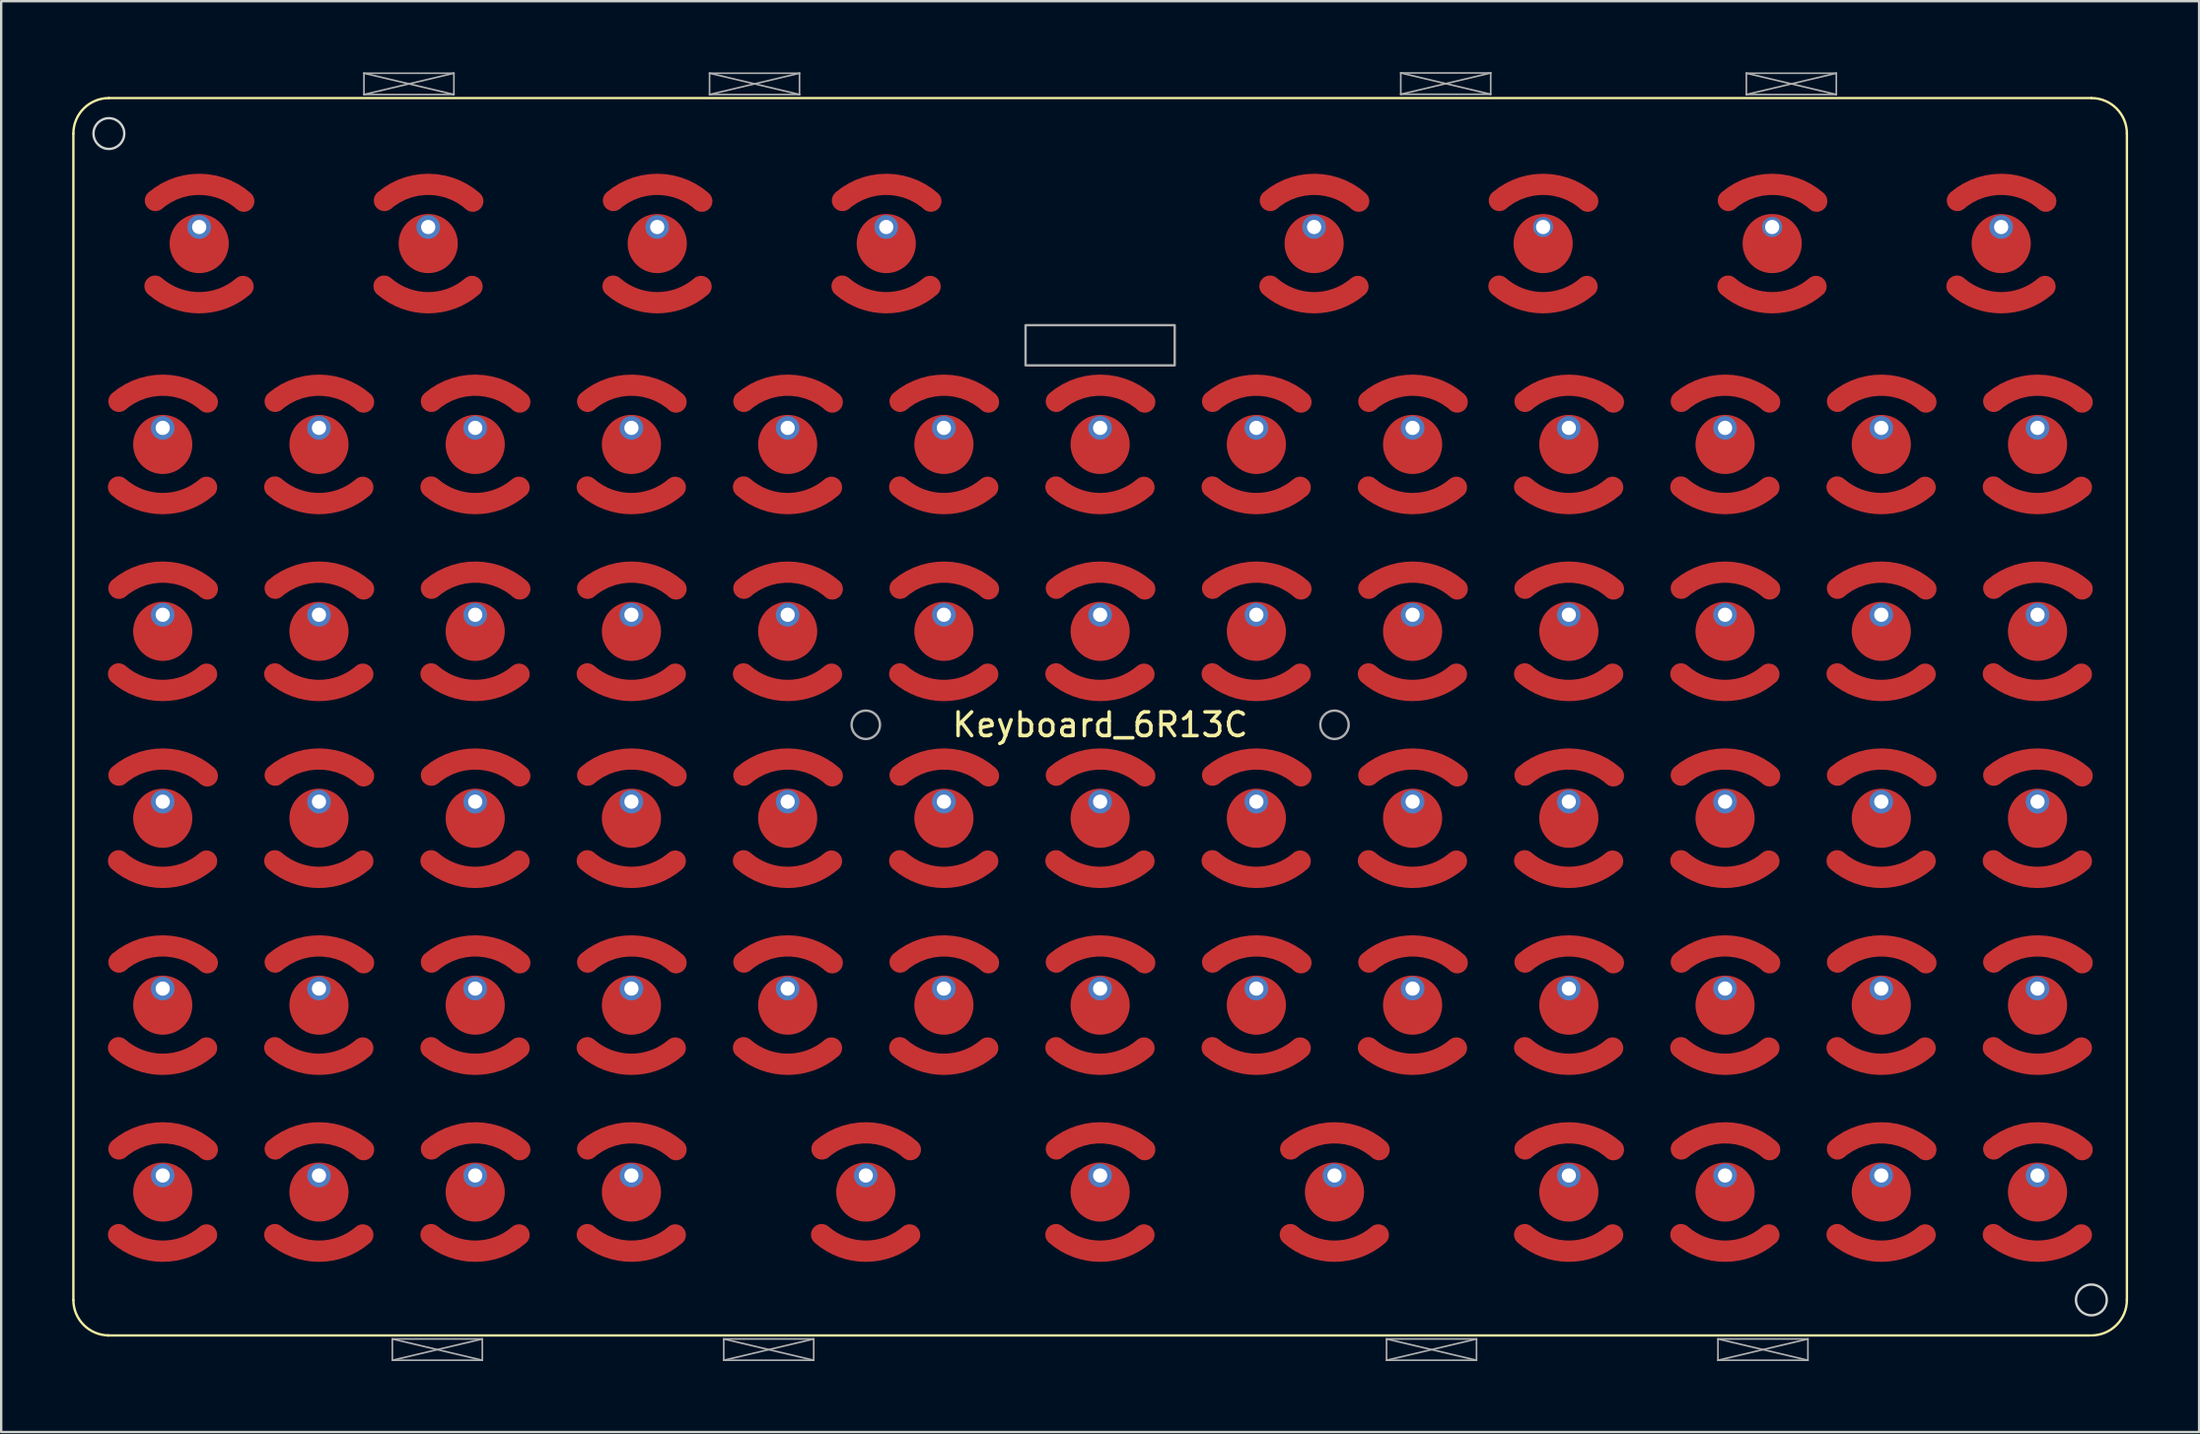
<source format=kicad_pcb>
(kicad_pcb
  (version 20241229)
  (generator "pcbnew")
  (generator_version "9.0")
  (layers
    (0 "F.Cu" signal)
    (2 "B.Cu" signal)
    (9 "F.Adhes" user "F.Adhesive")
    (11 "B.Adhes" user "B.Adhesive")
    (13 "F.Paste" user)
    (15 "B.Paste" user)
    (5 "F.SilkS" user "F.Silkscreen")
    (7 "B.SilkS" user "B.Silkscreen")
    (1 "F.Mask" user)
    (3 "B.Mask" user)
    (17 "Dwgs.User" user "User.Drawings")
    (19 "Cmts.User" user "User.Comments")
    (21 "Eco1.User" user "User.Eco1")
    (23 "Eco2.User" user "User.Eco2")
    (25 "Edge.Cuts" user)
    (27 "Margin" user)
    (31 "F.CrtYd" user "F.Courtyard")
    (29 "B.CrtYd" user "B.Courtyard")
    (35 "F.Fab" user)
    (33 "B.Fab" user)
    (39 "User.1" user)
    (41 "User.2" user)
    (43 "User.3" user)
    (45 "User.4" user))
  (footprint "Keyboard_6R13C"
    (layer "F.Cu")
    (at 43.425 27.585)
    (property "Reference" "Keyboard_6R13C" (at 0 0 0) (unlocked yes) (layer "F.SilkS") (effects (font (size 1 1) (thickness 0.15))))
    (attr smd)
    (fp_arc (start -37.750005 -10.036258) (mid -39.609623 -9.349989) (end -41.464543 -10.048858) (stroke (width 0.9) (type solid)) (layer "F.Cu"))
    (fp_arc (start -37.750005 -2.136258) (mid -39.609623 -1.449989) (end -41.464543 -2.148858) (stroke (width 0.9) (type solid)) (layer "F.Cu"))
    (fp_arc (start -37.750005 5.763742) (mid -39.609623 6.450011) (end -41.464543 5.751142) (stroke (width 0.9) (type solid)) (layer "F.Cu"))
    (fp_arc (start -37.750005 13.663742) (mid -39.609623 14.350011) (end -41.464543 13.651142) (stroke (width 0.9) (type solid)) (layer "F.Cu"))
    (fp_arc (start -37.750005 21.563742) (mid -39.609623 22.250011) (end -41.464543 21.551142) (stroke (width 0.9) (type solid)) (layer "F.Cu"))
    (fp_arc (start -36.210005 -18.526258) (mid -38.069623 -17.839989) (end -39.924543 -18.538858) (stroke (width 0.9) (type solid)) (layer "F.Cu"))
    (fp_arc (start -31.150005 -10.036258) (mid -33.009623 -9.349989) (end -34.864543 -10.048858) (stroke (width 0.9) (type solid)) (layer "F.Cu"))
    (fp_arc (start -31.150005 -2.136258) (mid -33.009623 -1.449989) (end -34.864543 -2.148858) (stroke (width 0.9) (type solid)) (layer "F.Cu"))
    (fp_arc (start -31.150005 5.763742) (mid -33.009623 6.450011) (end -34.864543 5.751142) (stroke (width 0.9) (type solid)) (layer "F.Cu"))
    (fp_arc (start -31.150005 13.663742) (mid -33.009623 14.350011) (end -34.864543 13.651142) (stroke (width 0.9) (type solid)) (layer "F.Cu"))
    (fp_arc (start -31.150005 21.563742) (mid -33.009623 22.250011) (end -34.864543 21.551142) (stroke (width 0.9) (type solid)) (layer "F.Cu"))
    (fp_arc (start -26.535005 -18.526258) (mid -28.394623 -17.839989) (end -30.249543 -18.538858) (stroke (width 0.9) (type solid)) (layer "F.Cu"))
    (fp_arc (start -24.550005 -10.036258) (mid -26.409623 -9.349989) (end -28.264543 -10.048858) (stroke (width 0.9) (type solid)) (layer "F.Cu"))
    (fp_arc (start -24.550005 -2.136258) (mid -26.409623 -1.449989) (end -28.264543 -2.148858) (stroke (width 0.9) (type solid)) (layer "F.Cu"))
    (fp_arc (start -24.550005 5.763742) (mid -26.409623 6.450011) (end -28.264543 5.751142) (stroke (width 0.9) (type solid)) (layer "F.Cu"))
    (fp_arc (start -24.550005 13.663742) (mid -26.409623 14.350011) (end -28.264543 13.651142) (stroke (width 0.9) (type solid)) (layer "F.Cu"))
    (fp_arc (start -24.550005 21.563742) (mid -26.409623 22.250011) (end -28.264543 21.551142) (stroke (width 0.9) (type solid)) (layer "F.Cu"))
    (fp_arc (start -17.950005 -10.036258) (mid -19.809623 -9.349989) (end -21.664543 -10.048858) (stroke (width 0.9) (type solid)) (layer "F.Cu"))
    (fp_arc (start -17.950005 -2.136258) (mid -19.809623 -1.449989) (end -21.664543 -2.148858) (stroke (width 0.9) (type solid)) (layer "F.Cu"))
    (fp_arc (start -17.950005 5.763742) (mid -19.809623 6.450011) (end -21.664543 5.751142) (stroke (width 0.9) (type solid)) (layer "F.Cu"))
    (fp_arc (start -17.950005 13.663742) (mid -19.809623 14.350011) (end -21.664543 13.651142) (stroke (width 0.9) (type solid)) (layer "F.Cu"))
    (fp_arc (start -17.950005 21.563742) (mid -19.809623 22.250011) (end -21.664543 21.551142) (stroke (width 0.9) (type solid)) (layer "F.Cu"))
    (fp_arc (start -16.860005 -18.526258) (mid -18.719623 -17.839989) (end -20.574543 -18.538858) (stroke (width 0.9) (type solid)) (layer "F.Cu"))
    (fp_arc (start -11.350005 -10.036258) (mid -13.209623 -9.349989) (end -15.064543 -10.048858) (stroke (width 0.9) (type solid)) (layer "F.Cu"))
    (fp_arc (start -11.350005 -2.136258) (mid -13.209623 -1.449989) (end -15.064543 -2.148858) (stroke (width 0.9) (type solid)) (layer "F.Cu"))
    (fp_arc (start -11.350005 5.763742) (mid -13.209623 6.450011) (end -15.064543 5.751142) (stroke (width 0.9) (type solid)) (layer "F.Cu"))
    (fp_arc (start -11.350005 13.663742) (mid -13.209623 14.350011) (end -15.064543 13.651142) (stroke (width 0.9) (type solid)) (layer "F.Cu"))
    (fp_arc (start -8.050005 21.563742) (mid -9.909623 22.250011) (end -11.764543 21.551142) (stroke (width 0.9) (type solid)) (layer "F.Cu"))
    (fp_arc (start -7.185005 -18.526258) (mid -9.044623 -17.839989) (end -10.899542 -18.538858) (stroke (width 0.9) (type solid)) (layer "F.Cu"))
    (fp_arc (start -4.750005 -10.036258) (mid -6.609623 -9.349989) (end -8.464543 -10.048858) (stroke (width 0.9) (type solid)) (layer "F.Cu"))
    (fp_arc (start -4.750005 -2.136258) (mid -6.609623 -1.449989) (end -8.464543 -2.148858) (stroke (width 0.9) (type solid)) (layer "F.Cu"))
    (fp_arc (start -4.750005 5.763742) (mid -6.609623 6.450011) (end -8.464543 5.751142) (stroke (width 0.9) (type solid)) (layer "F.Cu"))
    (fp_arc (start -4.750005 13.663742) (mid -6.609623 14.350011) (end -8.464543 13.651142) (stroke (width 0.9) (type solid)) (layer "F.Cu"))
    (fp_arc (start 1.849995 -10.036258) (mid -0.009623 -9.349989) (end -1.864543 -10.048858) (stroke (width 0.9) (type solid)) (layer "F.Cu"))
    (fp_arc (start 1.849995 -2.136258) (mid -0.009623 -1.449989) (end -1.864543 -2.148858) (stroke (width 0.9) (type solid)) (layer "F.Cu"))
    (fp_arc (start 1.849995 5.763742) (mid -0.009623 6.450011) (end -1.864543 5.751142) (stroke (width 0.9) (type solid)) (layer "F.Cu"))
    (fp_arc (start 1.849995 13.663742) (mid -0.009623 14.350011) (end -1.864543 13.651142) (stroke (width 0.9) (type solid)) (layer "F.Cu"))
    (fp_arc (start 1.849995 21.563742) (mid -0.009623 22.250011) (end -1.864543 21.551142) (stroke (width 0.9) (type solid)) (layer "F.Cu"))
    (fp_arc (start 8.449995 -10.036258) (mid 6.590377 -9.349989) (end 4.735457 -10.048858) (stroke (width 0.9) (type solid)) (layer "F.Cu"))
    (fp_arc (start 8.449995 -2.136258) (mid 6.590377 -1.449989) (end 4.735457 -2.148858) (stroke (width 0.9) (type solid)) (layer "F.Cu"))
    (fp_arc (start 8.449995 5.763742) (mid 6.590377 6.450011) (end 4.735457 5.751142) (stroke (width 0.9) (type solid)) (layer "F.Cu"))
    (fp_arc (start 8.449995 13.663742) (mid 6.590377 14.350011) (end 4.735457 13.651142) (stroke (width 0.9) (type solid)) (layer "F.Cu"))
    (fp_arc (start 10.889995 -18.526258) (mid 9.030377 -17.839989) (end 7.175457 -18.538858) (stroke (width 0.9) (type solid)) (layer "F.Cu"))
    (fp_arc (start 11.749995 21.563742) (mid 9.890377 22.250011) (end 8.035457 21.551142) (stroke (width 0.9) (type solid)) (layer "F.Cu"))
    (fp_arc (start 15.049995 -10.036258) (mid 13.190377 -9.349989) (end 11.335457 -10.048858) (stroke (width 0.9) (type solid)) (layer "F.Cu"))
    (fp_arc (start 15.049995 -2.136258) (mid 13.190377 -1.449989) (end 11.335457 -2.148858) (stroke (width 0.9) (type solid)) (layer "F.Cu"))
    (fp_arc (start 15.049995 5.763742) (mid 13.190377 6.450011) (end 11.335457 5.751142) (stroke (width 0.9) (type solid)) (layer "F.Cu"))
    (fp_arc (start 15.049995 13.663742) (mid 13.190377 14.350011) (end 11.335457 13.651142) (stroke (width 0.9) (type solid)) (layer "F.Cu"))
    (fp_arc (start 20.564995 -18.526258) (mid 18.705377 -17.839989) (end 16.850457 -18.538858) (stroke (width 0.9) (type solid)) (layer "F.Cu"))
    (fp_arc (start 21.649995 -10.036258) (mid 19.790377 -9.349989) (end 17.935457 -10.048858) (stroke (width 0.9) (type solid)) (layer "F.Cu"))
    (fp_arc (start 21.649995 -2.136258) (mid 19.790377 -1.449989) (end 17.935457 -2.148858) (stroke (width 0.9) (type solid)) (layer "F.Cu"))
    (fp_arc (start 21.649995 5.763742) (mid 19.790377 6.450011) (end 17.935457 5.751142) (stroke (width 0.9) (type solid)) (layer "F.Cu"))
    (fp_arc (start 21.649995 13.663742) (mid 19.790377 14.350011) (end 17.935457 13.651142) (stroke (width 0.9) (type solid)) (layer "F.Cu"))
    (fp_arc (start 21.649995 21.563742) (mid 19.790377 22.250011) (end 17.935457 21.551142) (stroke (width 0.9) (type solid)) (layer "F.Cu"))
    (fp_arc (start 28.249995 -10.036258) (mid 26.390377 -9.349989) (end 24.535457 -10.048858) (stroke (width 0.9) (type solid)) (layer "F.Cu"))
    (fp_arc (start 28.249995 -2.136258) (mid 26.390377 -1.449989) (end 24.535457 -2.148858) (stroke (width 0.9) (type solid)) (layer "F.Cu"))
    (fp_arc (start 28.249995 5.763742) (mid 26.390377 6.450011) (end 24.535457 5.751142) (stroke (width 0.9) (type solid)) (layer "F.Cu"))
    (fp_arc (start 28.249995 13.663742) (mid 26.390377 14.350011) (end 24.535457 13.651142) (stroke (width 0.9) (type solid)) (layer "F.Cu"))
    (fp_arc (start 28.249995 21.563742) (mid 26.390377 22.250011) (end 24.535457 21.551142) (stroke (width 0.9) (type solid)) (layer "F.Cu"))
    (fp_arc (start 30.239995 -18.526258) (mid 28.380377 -17.839989) (end 26.525457 -18.538858) (stroke (width 0.9) (type solid)) (layer "F.Cu"))
    (fp_arc (start 34.849995 -10.036258) (mid 32.990377 -9.349989) (end 31.135457 -10.048858) (stroke (width 0.9) (type solid)) (layer "F.Cu"))
    (fp_arc (start 34.849995 -2.136258) (mid 32.990377 -1.449989) (end 31.135457 -2.148858) (stroke (width 0.9) (type solid)) (layer "F.Cu"))
    (fp_arc (start 34.849995 5.763742) (mid 32.990377 6.450011) (end 31.135457 5.751142) (stroke (width 0.9) (type solid)) (layer "F.Cu"))
    (fp_arc (start 34.849995 13.663742) (mid 32.990377 14.350011) (end 31.135457 13.651142) (stroke (width 0.9) (type solid)) (layer "F.Cu"))
    (fp_arc (start 34.849995 21.563742) (mid 32.990377 22.250011) (end 31.135457 21.551142) (stroke (width 0.9) (type solid)) (layer "F.Cu"))
    (fp_arc (start 39.914995 -18.526258) (mid 38.055377 -17.839989) (end 36.200458 -18.538858) (stroke (width 0.9) (type solid)) (layer "F.Cu"))
    (fp_arc (start 41.449995 -10.036258) (mid 39.590377 -9.349989) (end 37.735457 -10.048858) (stroke (width 0.9) (type solid)) (layer "F.Cu"))
    (fp_arc (start 41.449995 -2.136258) (mid 39.590377 -1.449989) (end 37.735457 -2.148858) (stroke (width 0.9) (type solid)) (layer "F.Cu"))
    (fp_arc (start 41.449995 5.763742) (mid 39.590377 6.450011) (end 37.735457 5.751142) (stroke (width 0.9) (type solid)) (layer "F.Cu"))
    (fp_arc (start 41.449995 13.663742) (mid 39.590377 14.350011) (end 37.735457 13.651142) (stroke (width 0.9) (type solid)) (layer "F.Cu"))
    (fp_arc (start 41.449995 21.563742) (mid 39.590377 22.250011) (end 37.735457 21.551142) (stroke (width 0.9) (type solid)) (layer "F.Cu"))
    (fp_arc (start -37.750005 -10.036258) (mid -39.609623 -9.349989) (end -41.464543 -10.048858) (stroke (width 0.9) (type solid)) (layer "F.Mask"))
    (fp_arc (start -37.750005 -2.136258) (mid -39.609623 -1.449989) (end -41.464543 -2.148858) (stroke (width 0.9) (type solid)) (layer "F.Mask"))
    (fp_arc (start -37.750005 5.763742) (mid -39.609623 6.450011) (end -41.464543 5.751142) (stroke (width 0.9) (type solid)) (layer "F.Mask"))
    (fp_arc (start -37.750005 13.663742) (mid -39.609623 14.350011) (end -41.464543 13.651142) (stroke (width 0.9) (type solid)) (layer "F.Mask"))
    (fp_arc (start -37.750005 21.563742) (mid -39.609623 22.250011) (end -41.464543 21.551142) (stroke (width 0.9) (type solid)) (layer "F.Mask"))
    (fp_arc (start -36.210005 -18.526258) (mid -38.069623 -17.839989) (end -39.924543 -18.538858) (stroke (width 0.9) (type solid)) (layer "F.Mask"))
    (fp_arc (start -31.150005 -10.036258) (mid -33.009623 -9.349989) (end -34.864543 -10.048858) (stroke (width 0.9) (type solid)) (layer "F.Mask"))
    (fp_arc (start -31.150005 -2.136258) (mid -33.009623 -1.449989) (end -34.864543 -2.148858) (stroke (width 0.9) (type solid)) (layer "F.Mask"))
    (fp_arc (start -31.150005 5.763742) (mid -33.009623 6.450011) (end -34.864543 5.751142) (stroke (width 0.9) (type solid)) (layer "F.Mask"))
    (fp_arc (start -31.150005 13.663742) (mid -33.009623 14.350011) (end -34.864543 13.651142) (stroke (width 0.9) (type solid)) (layer "F.Mask"))
    (fp_arc (start -31.150005 21.563742) (mid -33.009623 22.250011) (end -34.864543 21.551142) (stroke (width 0.9) (type solid)) (layer "F.Mask"))
    (fp_arc (start -26.535005 -18.526258) (mid -28.394623 -17.839989) (end -30.249543 -18.538858) (stroke (width 0.9) (type solid)) (layer "F.Mask"))
    (fp_arc (start -24.550005 -10.036258) (mid -26.409623 -9.349989) (end -28.264543 -10.048858) (stroke (width 0.9) (type solid)) (layer "F.Mask"))
    (fp_arc (start -24.550005 -2.136258) (mid -26.409623 -1.449989) (end -28.264543 -2.148858) (stroke (width 0.9) (type solid)) (layer "F.Mask"))
    (fp_arc (start -24.550005 5.763742) (mid -26.409623 6.450011) (end -28.264543 5.751142) (stroke (width 0.9) (type solid)) (layer "F.Mask"))
    (fp_arc (start -24.550005 13.663742) (mid -26.409623 14.350011) (end -28.264543 13.651142) (stroke (width 0.9) (type solid)) (layer "F.Mask"))
    (fp_arc (start -24.550005 21.563742) (mid -26.409623 22.250011) (end -28.264543 21.551142) (stroke (width 0.9) (type solid)) (layer "F.Mask"))
    (fp_arc (start -17.950005 -10.036258) (mid -19.809623 -9.349989) (end -21.664543 -10.048858) (stroke (width 0.9) (type solid)) (layer "F.Mask"))
    (fp_arc (start -17.950005 -2.136258) (mid -19.809623 -1.449989) (end -21.664543 -2.148858) (stroke (width 0.9) (type solid)) (layer "F.Mask"))
    (fp_arc (start -17.950005 5.763742) (mid -19.809623 6.450011) (end -21.664543 5.751142) (stroke (width 0.9) (type solid)) (layer "F.Mask"))
    (fp_arc (start -17.950005 13.663742) (mid -19.809623 14.350011) (end -21.664543 13.651142) (stroke (width 0.9) (type solid)) (layer "F.Mask"))
    (fp_arc (start -17.950005 21.563742) (mid -19.809623 22.250011) (end -21.664543 21.551142) (stroke (width 0.9) (type solid)) (layer "F.Mask"))
    (fp_arc (start -16.860005 -18.526258) (mid -18.719623 -17.839989) (end -20.574543 -18.538858) (stroke (width 0.9) (type solid)) (layer "F.Mask"))
    (fp_arc (start -11.350005 -10.036258) (mid -13.209623 -9.349989) (end -15.064543 -10.048858) (stroke (width 0.9) (type solid)) (layer "F.Mask"))
    (fp_arc (start -11.350005 -2.136258) (mid -13.209623 -1.449989) (end -15.064543 -2.148858) (stroke (width 0.9) (type solid)) (layer "F.Mask"))
    (fp_arc (start -11.350005 5.763742) (mid -13.209623 6.450011) (end -15.064543 5.751142) (stroke (width 0.9) (type solid)) (layer "F.Mask"))
    (fp_arc (start -11.350005 13.663742) (mid -13.209623 14.350011) (end -15.064543 13.651142) (stroke (width 0.9) (type solid)) (layer "F.Mask"))
    (fp_arc (start -8.050005 21.563742) (mid -9.909623 22.250011) (end -11.764542 21.551142) (stroke (width 0.9) (type solid)) (layer "F.Mask"))
    (fp_arc (start -7.185005 -18.526258) (mid -9.044623 -17.839989) (end -10.899543 -18.538858) (stroke (width 0.9) (type solid)) (layer "F.Mask"))
    (fp_arc (start -4.750005 -10.036258) (mid -6.609623 -9.349989) (end -8.464543 -10.048858) (stroke (width 0.9) (type solid)) (layer "F.Mask"))
    (fp_arc (start -4.750005 -2.136258) (mid -6.609623 -1.449989) (end -8.464543 -2.148858) (stroke (width 0.9) (type solid)) (layer "F.Mask"))
    (fp_arc (start -4.750005 5.763742) (mid -6.609623 6.450011) (end -8.464543 5.751142) (stroke (width 0.9) (type solid)) (layer "F.Mask"))
    (fp_arc (start -4.750005 13.663742) (mid -6.609623 14.350011) (end -8.464543 13.651142) (stroke (width 0.9) (type solid)) (layer "F.Mask"))
    (fp_arc (start 1.849995 -10.036258) (mid -0.009623 -9.349989) (end -1.864543 -10.048858) (stroke (width 0.9) (type solid)) (layer "F.Mask"))
    (fp_arc (start 1.849995 -2.136258) (mid -0.009623 -1.449989) (end -1.864543 -2.148858) (stroke (width 0.9) (type solid)) (layer "F.Mask"))
    (fp_arc (start 1.849995 5.763742) (mid -0.009623 6.450011) (end -1.864543 5.751142) (stroke (width 0.9) (type solid)) (layer "F.Mask"))
    (fp_arc (start 1.849995 13.663742) (mid -0.009623 14.350011) (end -1.864543 13.651142) (stroke (width 0.9) (type solid)) (layer "F.Mask"))
    (fp_arc (start 1.849995 21.563742) (mid -0.009623 22.250011) (end -1.864542 21.551142) (stroke (width 0.9) (type solid)) (layer "F.Mask"))
    (fp_arc (start 8.449995 -10.036258) (mid 6.590377 -9.349989) (end 4.735457 -10.048858) (stroke (width 0.9) (type solid)) (layer "F.Mask"))
    (fp_arc (start 8.449995 -2.136258) (mid 6.590377 -1.449989) (end 4.735457 -2.148858) (stroke (width 0.9) (type solid)) (layer "F.Mask"))
    (fp_arc (start 8.449995 5.763742) (mid 6.590377 6.450011) (end 4.735457 5.751142) (stroke (width 0.9) (type solid)) (layer "F.Mask"))
    (fp_arc (start 8.449995 13.663742) (mid 6.590377 14.350011) (end 4.735457 13.651142) (stroke (width 0.9) (type solid)) (layer "F.Mask"))
    (fp_arc (start 10.889995 -18.526258) (mid 9.030377 -17.839989) (end 7.175457 -18.538858) (stroke (width 0.9) (type solid)) (layer "F.Mask"))
    (fp_arc (start 11.749995 21.563742) (mid 9.890377 22.250011) (end 8.035457 21.551142) (stroke (width 0.9) (type solid)) (layer "F.Mask"))
    (fp_arc (start 15.049995 -10.036258) (mid 13.190377 -9.349989) (end 11.335457 -10.048858) (stroke (width 0.9) (type solid)) (layer "F.Mask"))
    (fp_arc (start 15.049995 -2.136258) (mid 13.190377 -1.449989) (end 11.335457 -2.148858) (stroke (width 0.9) (type solid)) (layer "F.Mask"))
    (fp_arc (start 15.049995 5.763742) (mid 13.190377 6.450011) (end 11.335457 5.751142) (stroke (width 0.9) (type solid)) (layer "F.Mask"))
    (fp_arc (start 15.049995 13.663742) (mid 13.190377 14.350011) (end 11.335457 13.651142) (stroke (width 0.9) (type solid)) (layer "F.Mask"))
    (fp_arc (start 20.564995 -18.526258) (mid 18.705377 -17.839989) (end 16.850457 -18.538858) (stroke (width 0.9) (type solid)) (layer "F.Mask"))
    (fp_arc (start 21.649995 -10.036258) (mid 19.790377 -9.349989) (end 17.935457 -10.048858) (stroke (width 0.9) (type solid)) (layer "F.Mask"))
    (fp_arc (start 21.649995 -2.136258) (mid 19.790377 -1.449989) (end 17.935457 -2.148858) (stroke (width 0.9) (type solid)) (layer "F.Mask"))
    (fp_arc (start 21.649995 5.763742) (mid 19.790377 6.450011) (end 17.935457 5.751142) (stroke (width 0.9) (type solid)) (layer "F.Mask"))
    (fp_arc (start 21.649995 13.663742) (mid 19.790377 14.350011) (end 17.935457 13.651142) (stroke (width 0.9) (type solid)) (layer "F.Mask"))
    (fp_arc (start 21.649995 21.563742) (mid 19.790377 22.250011) (end 17.935457 21.551142) (stroke (width 0.9) (type solid)) (layer "F.Mask"))
    (fp_arc (start 28.249995 -10.036258) (mid 26.390377 -9.349989) (end 24.535457 -10.048858) (stroke (width 0.9) (type solid)) (layer "F.Mask"))
    (fp_arc (start 28.249995 -2.136258) (mid 26.390377 -1.449989) (end 24.535457 -2.148858) (stroke (width 0.9) (type solid)) (layer "F.Mask"))
    (fp_arc (start 28.249995 5.763742) (mid 26.390377 6.450011) (end 24.535457 5.751142) (stroke (width 0.9) (type solid)) (layer "F.Mask"))
    (fp_arc (start 28.249995 13.663742) (mid 26.390377 14.350011) (end 24.535457 13.651142) (stroke (width 0.9) (type solid)) (layer "F.Mask"))
    (fp_arc (start 28.249995 21.563742) (mid 26.390377 22.250011) (end 24.535457 21.551142) (stroke (width 0.9) (type solid)) (layer "F.Mask"))
    (fp_arc (start 30.239995 -18.526258) (mid 28.380377 -17.839989) (end 26.525457 -18.538858) (stroke (width 0.9) (type solid)) (layer "F.Mask"))
    (fp_arc (start 34.849995 -10.036258) (mid 32.990377 -9.349989) (end 31.135457 -10.048858) (stroke (width 0.9) (type solid)) (layer "F.Mask"))
    (fp_arc (start 34.849995 -2.136258) (mid 32.990377 -1.449989) (end 31.135457 -2.148858) (stroke (width 0.9) (type solid)) (layer "F.Mask"))
    (fp_arc (start 34.849995 5.763742) (mid 32.990377 6.450011) (end 31.135457 5.751142) (stroke (width 0.9) (type solid)) (layer "F.Mask"))
    (fp_arc (start 34.849995 13.663742) (mid 32.990377 14.350011) (end 31.135457 13.651142) (stroke (width 0.9) (type solid)) (layer "F.Mask"))
    (fp_arc (start 34.849995 21.563742) (mid 32.990377 22.250011) (end 31.135457 21.551142) (stroke (width 0.9) (type solid)) (layer "F.Mask"))
    (fp_arc (start 39.914995 -18.526258) (mid 38.055377 -17.839989) (end 36.200457 -18.538858) (stroke (width 0.9) (type solid)) (layer "F.Mask"))
    (fp_arc (start 41.449995 -10.036258) (mid 39.590377 -9.349989) (end 37.735457 -10.048858) (stroke (width 0.9) (type solid)) (layer "F.Mask"))
    (fp_arc (start 41.449995 -2.136258) (mid 39.590377 -1.449989) (end 37.735457 -2.148858) (stroke (width 0.9) (type solid)) (layer "F.Mask"))
    (fp_arc (start 41.449995 5.763742) (mid 39.590377 6.450011) (end 37.735457 5.751142) (stroke (width 0.9) (type solid)) (layer "F.Mask"))
    (fp_arc (start 41.449995 13.663742) (mid 39.590377 14.350011) (end 37.735457 13.651142) (stroke (width 0.9) (type solid)) (layer "F.Mask"))
    (fp_arc (start 41.449995 21.563742) (mid 39.590377 22.250011) (end 37.735457 21.551142) (stroke (width 0.9) (type solid)) (layer "F.Mask"))
    (fp_poly (pts (xy -39.6 -14.65) (xy -37.35 -13.65) (xy -37.35 -10.05) (xy -39.6 -9.05) (xy -41.85 -10.05) (xy -41.85 -13.65)) (stroke (width 0.05) (type solid)) (fill yes) (layer "F.Mask"))
    (fp_poly (pts (xy -39.6 -6.75) (xy -37.35 -5.75) (xy -37.35 -2.15) (xy -39.6 -1.15) (xy -41.85 -2.15) (xy -41.85 -5.75)) (stroke (width 0.05) (type solid)) (fill yes) (layer "F.Mask"))
    (fp_poly (pts (xy -39.6 1.15) (xy -37.35 2.15) (xy -37.35 5.75) (xy -39.6 6.75) (xy -41.85 5.75) (xy -41.85 2.15)) (stroke (width 0.05) (type solid)) (fill yes) (layer "F.Mask"))
    (fp_poly (pts (xy -39.6 9.05) (xy -37.35 10.05) (xy -37.35 13.65) (xy -39.6 14.65) (xy -41.85 13.65) (xy -41.85 10.05)) (stroke (width 0.05) (type solid)) (fill yes) (layer "F.Mask"))
    (fp_poly (pts (xy -39.6 16.95) (xy -37.35 17.95) (xy -37.35 21.55) (xy -39.6 22.55) (xy -41.85 21.55) (xy -41.85 17.95)) (stroke (width 0.05) (type solid)) (fill yes) (layer "F.Mask"))
    (fp_poly (pts (xy -38.06 -23.14) (xy -35.81 -22.14) (xy -35.81 -18.54) (xy -38.06 -17.54) (xy -40.31 -18.54) (xy -40.31 -22.14)) (stroke (width 0.05) (type solid)) (fill yes) (layer "F.Mask"))
    (fp_poly (pts (xy -33 -14.65) (xy -30.75 -13.65) (xy -30.75 -10.05) (xy -33 -9.05) (xy -35.25 -10.05) (xy -35.25 -13.65)) (stroke (width 0.05) (type solid)) (fill yes) (layer "F.Mask"))
    (fp_poly (pts (xy -33 -6.75) (xy -30.75 -5.75) (xy -30.75 -2.15) (xy -33 -1.15) (xy -35.25 -2.15) (xy -35.25 -5.75)) (stroke (width 0.05) (type solid)) (fill yes) (layer "F.Mask"))
    (fp_poly (pts (xy -33 1.15) (xy -30.75 2.15) (xy -30.75 5.75) (xy -33 6.75) (xy -35.25 5.75) (xy -35.25 2.15)) (stroke (width 0.05) (type solid)) (fill yes) (layer "F.Mask"))
    (fp_poly (pts (xy -33 9.05) (xy -30.75 10.05) (xy -30.75 13.65) (xy -33 14.65) (xy -35.25 13.65) (xy -35.25 10.05)) (stroke (width 0.05) (type solid)) (fill yes) (layer "F.Mask"))
    (fp_poly (pts (xy -33 16.95) (xy -30.75 17.95) (xy -30.75 21.55) (xy -33 22.55) (xy -35.25 21.55) (xy -35.25 17.95)) (stroke (width 0.05) (type solid)) (fill yes) (layer "F.Mask"))
    (fp_poly (pts (xy -28.385 -23.14) (xy -26.135 -22.14) (xy -26.135 -18.54) (xy -28.385 -17.54) (xy -30.635 -18.54) (xy -30.635 -22.14)) (stroke (width 0.05) (type solid)) (fill yes) (layer "F.Mask"))
    (fp_poly (pts (xy -26.4 -14.65) (xy -24.15 -13.65) (xy -24.15 -10.05) (xy -26.4 -9.05) (xy -28.65 -10.05) (xy -28.65 -13.65)) (stroke (width 0.05) (type solid)) (fill yes) (layer "F.Mask"))
    (fp_poly (pts (xy -26.4 -6.75) (xy -24.15 -5.75) (xy -24.15 -2.15) (xy -26.4 -1.15) (xy -28.65 -2.15) (xy -28.65 -5.75)) (stroke (width 0.05) (type solid)) (fill yes) (layer "F.Mask"))
    (fp_poly (pts (xy -26.4 1.15) (xy -24.15 2.15) (xy -24.15 5.75) (xy -26.4 6.75) (xy -28.65 5.75) (xy -28.65 2.15)) (stroke (width 0.05) (type solid)) (fill yes) (layer "F.Mask"))
    (fp_poly (pts (xy -26.4 9.05) (xy -24.15 10.05) (xy -24.15 13.65) (xy -26.4 14.65) (xy -28.65 13.65) (xy -28.65 10.05)) (stroke (width 0.05) (type solid)) (fill yes) (layer "F.Mask"))
    (fp_poly (pts (xy -26.4 16.95) (xy -24.15 17.95) (xy -24.15 21.55) (xy -26.4 22.55) (xy -28.65 21.55) (xy -28.65 17.95)) (stroke (width 0.05) (type solid)) (fill yes) (layer "F.Mask"))
    (fp_poly (pts (xy -19.8 -14.65) (xy -17.55 -13.65) (xy -17.55 -10.05) (xy -19.8 -9.05) (xy -22.05 -10.05) (xy -22.05 -13.65)) (stroke (width 0.05) (type solid)) (fill yes) (layer "F.Mask"))
    (fp_poly (pts (xy -19.8 -6.75) (xy -17.55 -5.75) (xy -17.55 -2.15) (xy -19.8 -1.15) (xy -22.05 -2.15) (xy -22.05 -5.75)) (stroke (width 0.05) (type solid)) (fill yes) (layer "F.Mask"))
    (fp_poly (pts (xy -19.8 1.15) (xy -17.55 2.15) (xy -17.55 5.75) (xy -19.8 6.75) (xy -22.05 5.75) (xy -22.05 2.15)) (stroke (width 0.05) (type solid)) (fill yes) (layer "F.Mask"))
    (fp_poly (pts (xy -19.8 9.05) (xy -17.55 10.05) (xy -17.55 13.65) (xy -19.8 14.65) (xy -22.05 13.65) (xy -22.05 10.05)) (stroke (width 0.05) (type solid)) (fill yes) (layer "F.Mask"))
    (fp_poly (pts (xy -19.8 16.95) (xy -17.55 17.95) (xy -17.55 21.55) (xy -19.8 22.55) (xy -22.05 21.55) (xy -22.05 17.95)) (stroke (width 0.05) (type solid)) (fill yes) (layer "F.Mask"))
    (fp_poly (pts (xy -18.71 -23.14) (xy -16.46 -22.14) (xy -16.46 -18.54) (xy -18.71 -17.54) (xy -20.96 -18.54) (xy -20.96 -22.14)) (stroke (width 0.05) (type solid)) (fill yes) (layer "F.Mask"))
    (fp_poly (pts (xy -13.2 -14.65) (xy -10.95 -13.65) (xy -10.95 -10.05) (xy -13.2 -9.05) (xy -15.45 -10.05) (xy -15.45 -13.65)) (stroke (width 0.05) (type solid)) (fill yes) (layer "F.Mask"))
    (fp_poly (pts (xy -13.2 -6.75) (xy -10.95 -5.75) (xy -10.95 -2.15) (xy -13.2 -1.15) (xy -15.45 -2.15) (xy -15.45 -5.75)) (stroke (width 0.05) (type solid)) (fill yes) (layer "F.Mask"))
    (fp_poly (pts (xy -13.2 1.15) (xy -10.95 2.15) (xy -10.95 5.75) (xy -13.2 6.75) (xy -15.45 5.75) (xy -15.45 2.15)) (stroke (width 0.05) (type solid)) (fill yes) (layer "F.Mask"))
    (fp_poly (pts (xy -13.2 9.05) (xy -10.95 10.05) (xy -10.95 13.65) (xy -13.2 14.65) (xy -15.45 13.65) (xy -15.45 10.05)) (stroke (width 0.05) (type solid)) (fill yes) (layer "F.Mask"))
    (fp_poly (pts (xy -9.9 16.95) (xy -7.65 17.95) (xy -7.65 21.55) (xy -9.9 22.55) (xy -12.15 21.55) (xy -12.15 17.95)) (stroke (width 0.05) (type solid)) (fill yes) (layer "F.Mask"))
    (fp_poly (pts (xy -9.035 -23.14) (xy -6.785 -22.14) (xy -6.785 -18.54) (xy -9.035 -17.54) (xy -11.285 -18.54) (xy -11.285 -22.14)) (stroke (width 0.05) (type solid)) (fill yes) (layer "F.Mask"))
    (fp_poly (pts (xy -6.6 -14.65) (xy -4.35 -13.65) (xy -4.35 -10.05) (xy -6.6 -9.05) (xy -8.85 -10.05) (xy -8.85 -13.65)) (stroke (width 0.05) (type solid)) (fill yes) (layer "F.Mask"))
    (fp_poly (pts (xy -6.6 -6.75) (xy -4.35 -5.75) (xy -4.35 -2.15) (xy -6.6 -1.15) (xy -8.85 -2.15) (xy -8.85 -5.75)) (stroke (width 0.05) (type solid)) (fill yes) (layer "F.Mask"))
    (fp_poly (pts (xy -6.6 1.15) (xy -4.35 2.15) (xy -4.35 5.75) (xy -6.6 6.75) (xy -8.85 5.75) (xy -8.85 2.15)) (stroke (width 0.05) (type solid)) (fill yes) (layer "F.Mask"))
    (fp_poly (pts (xy -6.6 9.05) (xy -4.35 10.05) (xy -4.35 13.65) (xy -6.6 14.65) (xy -8.85 13.65) (xy -8.85 10.05)) (stroke (width 0.05) (type solid)) (fill yes) (layer "F.Mask"))
    (fp_poly (pts (xy 0 -14.65) (xy 2.25 -13.65) (xy 2.25 -10.05) (xy 0 -9.05) (xy -2.25 -10.05) (xy -2.25 -13.65)) (stroke (width 0.05) (type solid)) (fill yes) (layer "F.Mask"))
    (fp_poly (pts (xy 0 -6.75) (xy 2.25 -5.75) (xy 2.25 -2.15) (xy 0 -1.15) (xy -2.25 -2.15) (xy -2.25 -5.75)) (stroke (width 0.05) (type solid)) (fill yes) (layer "F.Mask"))
    (fp_poly (pts (xy 0 1.15) (xy 2.25 2.15) (xy 2.25 5.75) (xy 0 6.75) (xy -2.25 5.75) (xy -2.25 2.15)) (stroke (width 0.05) (type solid)) (fill yes) (layer "F.Mask"))
    (fp_poly (pts (xy 0 9.05) (xy 2.25 10.05) (xy 2.25 13.65) (xy 0 14.65) (xy -2.25 13.65) (xy -2.25 10.05)) (stroke (width 0.05) (type solid)) (fill yes) (layer "F.Mask"))
    (fp_poly (pts (xy 0 16.95) (xy 2.25 17.95) (xy 2.25 21.55) (xy 0 22.55) (xy -2.25 21.55) (xy -2.25 17.95)) (stroke (width 0.05) (type solid)) (fill yes) (layer "F.Mask"))
    (fp_poly (pts (xy 6.6 -14.65) (xy 8.85 -13.65) (xy 8.85 -10.05) (xy 6.6 -9.05) (xy 4.35 -10.05) (xy 4.35 -13.65)) (stroke (width 0.05) (type solid)) (fill yes) (layer "F.Mask"))
    (fp_poly (pts (xy 6.6 -6.75) (xy 8.85 -5.75) (xy 8.85 -2.15) (xy 6.6 -1.15) (xy 4.35 -2.15) (xy 4.35 -5.75)) (stroke (width 0.05) (type solid)) (fill yes) (layer "F.Mask"))
    (fp_poly (pts (xy 6.6 1.15) (xy 8.85 2.15) (xy 8.85 5.75) (xy 6.6 6.75) (xy 4.35 5.75) (xy 4.35 2.15)) (stroke (width 0.05) (type solid)) (fill yes) (layer "F.Mask"))
    (fp_poly (pts (xy 6.6 9.05) (xy 8.85 10.05) (xy 8.85 13.65) (xy 6.6 14.65) (xy 4.35 13.65) (xy 4.35 10.05)) (stroke (width 0.05) (type solid)) (fill yes) (layer "F.Mask"))
    (fp_poly (pts (xy 9.04 -23.14) (xy 11.29 -22.14) (xy 11.29 -18.54) (xy 9.04 -17.54) (xy 6.79 -18.54) (xy 6.79 -22.14)) (stroke (width 0.05) (type solid)) (fill yes) (layer "F.Mask"))
    (fp_poly (pts (xy 9.9 16.95) (xy 12.15 17.95) (xy 12.15 21.55) (xy 9.9 22.55) (xy 7.65 21.55) (xy 7.65 17.95)) (stroke (width 0.05) (type solid)) (fill yes) (layer "F.Mask"))
    (fp_poly (pts (xy 13.2 -14.65) (xy 15.45 -13.65) (xy 15.45 -10.05) (xy 13.2 -9.05) (xy 10.95 -10.05) (xy 10.95 -13.65)) (stroke (width 0.05) (type solid)) (fill yes) (layer "F.Mask"))
    (fp_poly (pts (xy 13.2 -6.75) (xy 15.45 -5.75) (xy 15.45 -2.15) (xy 13.2 -1.15) (xy 10.95 -2.15) (xy 10.95 -5.75)) (stroke (width 0.05) (type solid)) (fill yes) (layer "F.Mask"))
    (fp_poly (pts (xy 13.2 1.15) (xy 15.45 2.15) (xy 15.45 5.75) (xy 13.2 6.75) (xy 10.95 5.75) (xy 10.95 2.15)) (stroke (width 0.05) (type solid)) (fill yes) (layer "F.Mask"))
    (fp_poly (pts (xy 13.2 9.1) (xy 15.45 10.1) (xy 15.45 13.7) (xy 13.2 14.7) (xy 10.95 13.7) (xy 10.95 10.1)) (stroke (width 0.05) (type solid)) (fill yes) (layer "F.Mask"))
    (fp_poly (pts (xy 18.715 -23.14) (xy 20.965 -22.14) (xy 20.965 -18.54) (xy 18.715 -17.54) (xy 16.465 -18.54) (xy 16.465 -22.14)) (stroke (width 0.05) (type solid)) (fill yes) (layer "F.Mask"))
    (fp_poly (pts (xy 19.8 -14.65) (xy 22.05 -13.65) (xy 22.05 -10.05) (xy 19.8 -9.05) (xy 17.55 -10.05) (xy 17.55 -13.65)) (stroke (width 0.05) (type solid)) (fill yes) (layer "F.Mask"))
    (fp_poly (pts (xy 19.8 -6.75) (xy 22.05 -5.75) (xy 22.05 -2.15) (xy 19.8 -1.15) (xy 17.55 -2.15) (xy 17.55 -5.75)) (stroke (width 0.05) (type solid)) (fill yes) (layer "F.Mask"))
    (fp_poly (pts (xy 19.8 1.15) (xy 22.05 2.15) (xy 22.05 5.75) (xy 19.8 6.75) (xy 17.55 5.75) (xy 17.55 2.15)) (stroke (width 0.05) (type solid)) (fill yes) (layer "F.Mask"))
    (fp_poly (pts (xy 19.8 9.05) (xy 22.05 10.05) (xy 22.05 13.65) (xy 19.8 14.65) (xy 17.55 13.65) (xy 17.55 10.05)) (stroke (width 0.05) (type solid)) (fill yes) (layer "F.Mask"))
    (fp_poly (pts (xy 19.8 16.95) (xy 22.05 17.95) (xy 22.05 21.55) (xy 19.8 22.55) (xy 17.55 21.55) (xy 17.55 17.95)) (stroke (width 0.05) (type solid)) (fill yes) (layer "F.Mask"))
    (fp_poly (pts (xy 26.4 -14.65) (xy 28.65 -13.65) (xy 28.65 -10.05) (xy 26.4 -9.05) (xy 24.15 -10.05) (xy 24.15 -13.65)) (stroke (width 0.05) (type solid)) (fill yes) (layer "F.Mask"))
    (fp_poly (pts (xy 26.4 -6.75) (xy 28.65 -5.75) (xy 28.65 -2.15) (xy 26.4 -1.15) (xy 24.15 -2.15) (xy 24.15 -5.75)) (stroke (width 0.05) (type solid)) (fill yes) (layer "F.Mask"))
    (fp_poly (pts (xy 26.4 1.15) (xy 28.65 2.15) (xy 28.65 5.75) (xy 26.4 6.75) (xy 24.15 5.75) (xy 24.15 2.15)) (stroke (width 0.05) (type solid)) (fill yes) (layer "F.Mask"))
    (fp_poly (pts (xy 26.4 9.05) (xy 28.65 10.05) (xy 28.65 13.65) (xy 26.4 14.65) (xy 24.15 13.65) (xy 24.15 10.05)) (stroke (width 0.05) (type solid)) (fill yes) (layer "F.Mask"))
    (fp_poly (pts (xy 26.4 16.95) (xy 28.65 17.95) (xy 28.65 21.55) (xy 26.4 22.55) (xy 24.15 21.55) (xy 24.15 17.95)) (stroke (width 0.05) (type solid)) (fill yes) (layer "F.Mask"))
    (fp_poly (pts (xy 28.39 -23.14) (xy 30.64 -22.14) (xy 30.64 -18.54) (xy 28.39 -17.54) (xy 26.14 -18.54) (xy 26.14 -22.14)) (stroke (width 0.05) (type solid)) (fill yes) (layer "F.Mask"))
    (fp_poly (pts (xy 33 -14.65) (xy 35.25 -13.65) (xy 35.25 -10.05) (xy 33 -9.05) (xy 30.75 -10.05) (xy 30.75 -13.65)) (stroke (width 0.05) (type solid)) (fill yes) (layer "F.Mask"))
    (fp_poly (pts (xy 33 -6.75) (xy 35.25 -5.75) (xy 35.25 -2.15) (xy 33 -1.15) (xy 30.75 -2.15) (xy 30.75 -5.75)) (stroke (width 0.05) (type solid)) (fill yes) (layer "F.Mask"))
    (fp_poly (pts (xy 33 1.15) (xy 35.25 2.15) (xy 35.25 5.75) (xy 33 6.75) (xy 30.75 5.75) (xy 30.75 2.15)) (stroke (width 0.05) (type solid)) (fill yes) (layer "F.Mask"))
    (fp_poly (pts (xy 33 9.05) (xy 35.25 10.05) (xy 35.25 13.65) (xy 33 14.65) (xy 30.75 13.65) (xy 30.75 10.05)) (stroke (width 0.05) (type solid)) (fill yes) (layer "F.Mask"))
    (fp_poly (pts (xy 33 16.95) (xy 35.25 17.95) (xy 35.25 21.55) (xy 33 22.55) (xy 30.75 21.55) (xy 30.75 17.95)) (stroke (width 0.05) (type solid)) (fill yes) (layer "F.Mask"))
    (fp_poly (pts (xy 38.065 -23.14) (xy 40.315 -22.14) (xy 40.315 -18.54) (xy 38.065 -17.54) (xy 35.815 -18.54) (xy 35.815 -22.14)) (stroke (width 0.05) (type solid)) (fill yes) (layer "F.Mask"))
    (fp_poly (pts (xy 39.6 -14.65) (xy 41.85 -13.65) (xy 41.85 -10.05) (xy 39.6 -9.05) (xy 37.35 -10.05) (xy 37.35 -13.65)) (stroke (width 0.05) (type solid)) (fill yes) (layer "F.Mask"))
    (fp_poly (pts (xy 39.6 -6.75) (xy 41.85 -5.75) (xy 41.85 -2.15) (xy 39.6 -1.15) (xy 37.35 -2.15) (xy 37.35 -5.75)) (stroke (width 0.05) (type solid)) (fill yes) (layer "F.Mask"))
    (fp_poly (pts (xy 39.6 1.15) (xy 41.85 2.15) (xy 41.85 5.75) (xy 39.6 6.75) (xy 37.35 5.75) (xy 37.35 2.15)) (stroke (width 0.05) (type solid)) (fill yes) (layer "F.Mask"))
    (fp_poly (pts (xy 39.6 9.05) (xy 41.85 10.05) (xy 41.85 13.65) (xy 39.6 14.65) (xy 37.35 13.65) (xy 37.35 10.05)) (stroke (width 0.05) (type solid)) (fill yes) (layer "F.Mask"))
    (fp_poly (pts (xy 39.6 16.95) (xy 41.85 17.95) (xy 41.85 21.55) (xy 39.6 22.55) (xy 37.35 21.55) (xy 37.35 17.95)) (stroke (width 0.05) (type solid)) (fill yes) (layer "F.Mask"))
    (fp_line (start -43.375 -24.99) (end -43.375 24.31) (stroke (width 0.1) (type solid)) (layer "F.SilkS"))
    (fp_line (start -41.935 25.81) (end 41.815 25.81) (stroke (width 0.1) (type solid)) (layer "F.SilkS"))
    (fp_line (start 41.875 -26.49) (end -41.875 -26.49) (stroke (width 0.1) (type solid)) (layer "F.SilkS"))
    (fp_line (start 43.375 24.31) (end 43.375 -24.99) (stroke (width 0.1) (type solid)) (layer "F.SilkS"))
    (fp_arc (start -43.375 -24.99) (mid -42.93566 -26.05066) (end -41.875 -26.49) (stroke (width 0.1) (type default)) (layer "F.SilkS"))
    (fp_arc (start -41.875 25.81) (mid -42.93566 25.37066) (end -43.375 24.31) (stroke (width 0.1) (type default)) (layer "F.SilkS"))
    (fp_arc (start 41.875 -26.49) (mid 42.93566 -26.05066) (end 43.375 -24.99) (stroke (width 0.1) (type default)) (layer "F.SilkS"))
    (fp_arc (start 43.375 24.31) (mid 42.93566 25.37066) (end 41.875 25.81) (stroke (width 0.1) (type default)) (layer "F.SilkS"))
    (fp_circle (center -41.875 -24.99) (end -41.225 -24.99) (stroke (width 0.1) (type default)) (fill no) (layer "Edge.Cuts"))
    (fp_circle (center 41.875 24.31) (end 42.525 24.31) (stroke (width 0.1) (type default)) (fill no) (layer "Edge.Cuts"))
    (fp_line (start -31.1 -27.54) (end -27.3 -27.54) (stroke (width 0.07) (type solid)) (layer "F.Fab"))
    (fp_line (start -31.1 -27.54) (end -27.3 -26.64) (stroke (width 0.07) (type default)) (layer "F.Fab"))
    (fp_line (start -31.1 -26.64) (end -31.1 -27.54) (stroke (width 0.07) (type solid)) (layer "F.Fab"))
    (fp_line (start -29.9 25.96) (end -26.1 25.96) (stroke (width 0.07) (type solid)) (layer "F.Fab"))
    (fp_line (start -29.9 25.96) (end -26.1 26.86) (stroke (width 0.07) (type default)) (layer "F.Fab"))
    (fp_line (start -29.9 26.86) (end -29.9 25.96) (stroke (width 0.07) (type solid)) (layer "F.Fab"))
    (fp_line (start -27.3 -27.54) (end -31.1 -26.64) (stroke (width 0.07) (type default)) (layer "F.Fab"))
    (fp_line (start -27.3 -27.54) (end -27.3 -26.64) (stroke (width 0.07) (type solid)) (layer "F.Fab"))
    (fp_line (start -27.3 -26.64) (end -31.1 -26.64) (stroke (width 0.07) (type solid)) (layer "F.Fab"))
    (fp_line (start -26.1 25.96) (end -29.9 26.86) (stroke (width 0.07) (type default)) (layer "F.Fab"))
    (fp_line (start -26.1 25.96) (end -26.1 26.86) (stroke (width 0.07) (type solid)) (layer "F.Fab"))
    (fp_line (start -26.1 26.86) (end -29.9 26.86) (stroke (width 0.07) (type solid)) (layer "F.Fab"))
    (fp_line (start -16.5 -27.54) (end -12.7 -27.54) (stroke (width 0.07) (type solid)) (layer "F.Fab"))
    (fp_line (start -16.5 -27.54) (end -12.7 -26.64) (stroke (width 0.07) (type default)) (layer "F.Fab"))
    (fp_line (start -16.5 -26.64) (end -16.5 -27.54) (stroke (width 0.07) (type solid)) (layer "F.Fab"))
    (fp_line (start -15.9 25.96) (end -12.1 25.96) (stroke (width 0.07) (type solid)) (layer "F.Fab"))
    (fp_line (start -15.9 25.96) (end -12.1 26.86) (stroke (width 0.07) (type default)) (layer "F.Fab"))
    (fp_line (start -15.9 26.86) (end -15.9 25.96) (stroke (width 0.07) (type solid)) (layer "F.Fab"))
    (fp_line (start -12.7 -27.54) (end -16.5 -26.64) (stroke (width 0.07) (type default)) (layer "F.Fab"))
    (fp_line (start -12.7 -27.54) (end -12.7 -26.64) (stroke (width 0.07) (type solid)) (layer "F.Fab"))
    (fp_line (start -12.7 -26.64) (end -16.5 -26.64) (stroke (width 0.07) (type solid)) (layer "F.Fab"))
    (fp_line (start -12.1 25.96) (end -15.9 26.86) (stroke (width 0.07) (type default)) (layer "F.Fab"))
    (fp_line (start -12.1 25.96) (end -12.1 26.86) (stroke (width 0.07) (type solid)) (layer "F.Fab"))
    (fp_line (start -12.1 26.86) (end -15.9 26.86) (stroke (width 0.07) (type solid)) (layer "F.Fab"))
    (fp_line (start 12.1 25.96) (end 15.9 25.96) (stroke (width 0.07) (type solid)) (layer "F.Fab"))
    (fp_line (start 12.1 25.96) (end 15.9 26.86) (stroke (width 0.07) (type default)) (layer "F.Fab"))
    (fp_line (start 12.1 26.86) (end 12.1 25.96) (stroke (width 0.07) (type solid)) (layer "F.Fab"))
    (fp_line (start 12.7 -27.55) (end 16.5 -27.55) (stroke (width 0.07) (type solid)) (layer "F.Fab"))
    (fp_line (start 12.7 -27.55) (end 16.5 -26.65) (stroke (width 0.07) (type default)) (layer "F.Fab"))
    (fp_line (start 12.7 -26.65) (end 12.7 -27.55) (stroke (width 0.07) (type solid)) (layer "F.Fab"))
    (fp_line (start 15.9 25.96) (end 12.1 26.86) (stroke (width 0.07) (type default)) (layer "F.Fab"))
    (fp_line (start 15.9 25.96) (end 15.9 26.86) (stroke (width 0.07) (type solid)) (layer "F.Fab"))
    (fp_line (start 15.9 26.86) (end 12.1 26.86) (stroke (width 0.07) (type solid)) (layer "F.Fab"))
    (fp_line (start 16.5 -27.55) (end 12.7 -26.65) (stroke (width 0.07) (type default)) (layer "F.Fab"))
    (fp_line (start 16.5 -27.55) (end 16.5 -26.65) (stroke (width 0.07) (type solid)) (layer "F.Fab"))
    (fp_line (start 16.5 -26.65) (end 12.7 -26.65) (stroke (width 0.07) (type solid)) (layer "F.Fab"))
    (fp_line (start 26.1 25.96) (end 29.9 25.96) (stroke (width 0.07) (type solid)) (layer "F.Fab"))
    (fp_line (start 26.1 25.96) (end 29.9 26.86) (stroke (width 0.07) (type default)) (layer "F.Fab"))
    (fp_line (start 26.1 26.86) (end 26.1 25.96) (stroke (width 0.07) (type solid)) (layer "F.Fab"))
    (fp_line (start 27.3 -27.54) (end 31.1 -27.54) (stroke (width 0.07) (type solid)) (layer "F.Fab"))
    (fp_line (start 27.3 -27.54) (end 31.1 -26.64) (stroke (width 0.07) (type default)) (layer "F.Fab"))
    (fp_line (start 27.3 -26.64) (end 27.3 -27.54) (stroke (width 0.07) (type solid)) (layer "F.Fab"))
    (fp_line (start 29.9 25.96) (end 26.1 26.86) (stroke (width 0.07) (type default)) (layer "F.Fab"))
    (fp_line (start 29.9 25.96) (end 29.9 26.86) (stroke (width 0.07) (type solid)) (layer "F.Fab"))
    (fp_line (start 29.9 26.86) (end 26.1 26.86) (stroke (width 0.07) (type solid)) (layer "F.Fab"))
    (fp_line (start 31.1 -27.54) (end 27.3 -26.64) (stroke (width 0.07) (type default)) (layer "F.Fab"))
    (fp_line (start 31.1 -27.54) (end 31.1 -26.64) (stroke (width 0.07) (type solid)) (layer "F.Fab"))
    (fp_line (start 31.1 -26.64) (end 27.3 -26.64) (stroke (width 0.07) (type solid)) (layer "F.Fab"))
    (fp_rect (start -3.15 -16.89) (end 3.15 -15.19) (stroke (width 0.1) (type default)) (fill no) (layer "F.Fab"))
    (fp_circle (center -9.9 0) (end -9.3 0) (stroke (width 0.1) (type default)) (fill no) (layer "F.Fab"))
    (fp_circle (center 9.9 0) (end 10.5 0) (stroke (width 0.1) (type default)) (fill no) (layer "F.Fab"))
    (fp_circle (center 38.07 -20.34) (end 38.17 -20.34) (stroke (width 0.1) (type solid)) (fill no) (layer "User.2"))
    (pad "C0" thru_hole circle (at -39.6 -12.55 90) (size 1 1) (drill 0.6) (layers "*.Cu"))
    (pad "C0" smd circle (at -39.6 -11.85 90) (size 2.5 2.5) (layers "F.Cu" "F.Mask"))
    (pad "C0" thru_hole circle (at -39.6 -4.65 90) (size 1 1) (drill 0.6) (layers "*.Cu"))
    (pad "C0" smd circle (at -39.6 -3.95 90) (size 2.5 2.5) (layers "F.Cu" "F.Mask"))
    (pad "C0" thru_hole circle (at -39.6 3.25 90) (size 1 1) (drill 0.6) (layers "*.Cu"))
    (pad "C0" smd circle (at -39.6 3.95 90) (size 2.5 2.5) (layers "F.Cu" "F.Mask"))
    (pad "C0" thru_hole circle (at -39.6 11.15 90) (size 1 1) (drill 0.6) (layers "*.Cu"))
    (pad "C0" smd circle (at -39.6 11.85 90) (size 2.5 2.5) (layers "F.Cu" "F.Mask"))
    (pad "C0" thru_hole circle (at -39.6 19.05 90) (size 1 1) (drill 0.6) (layers "*.Cu"))
    (pad "C0" smd circle (at -39.6 19.75 90) (size 2.5 2.5) (layers "F.Cu" "F.Mask"))
    (pad "C1" thru_hole circle (at -38.06 -21.04 90) (size 1 1) (drill 0.6) (layers "*.Cu"))
    (pad "C1" smd circle (at -38.06 -20.34 90) (size 2.5 2.5) (layers "F.Cu" "F.Mask"))
    (pad "C1" thru_hole circle (at -33 -12.55 90) (size 1 1) (drill 0.6) (layers "*.Cu"))
    (pad "C1" smd circle (at -33 -11.85 90) (size 2.5 2.5) (layers "F.Cu" "F.Mask"))
    (pad "C1" thru_hole circle (at -33 -4.65 90) (size 1 1) (drill 0.6) (layers "*.Cu"))
    (pad "C1" smd circle (at -33 -3.95 90) (size 2.5 2.5) (layers "F.Cu" "F.Mask"))
    (pad "C1" thru_hole circle (at -33 3.25 90) (size 1 1) (drill 0.6) (layers "*.Cu"))
    (pad "C1" smd circle (at -33 3.95 90) (size 2.5 2.5) (layers "F.Cu" "F.Mask"))
    (pad "C1" thru_hole circle (at -33 11.15 90) (size 1 1) (drill 0.6) (layers "*.Cu"))
    (pad "C1" smd circle (at -33 11.85 90) (size 2.5 2.5) (layers "F.Cu" "F.Mask"))
    (pad "C1" thru_hole circle (at -33 19.05 90) (size 1 1) (drill 0.6) (layers "*.Cu"))
    (pad "C1" smd circle (at -33 19.75 90) (size 2.5 2.5) (layers "F.Cu" "F.Mask"))
    (pad "C2" thru_hole circle (at -28.385 -21.04 90) (size 1 1) (drill 0.6) (layers "*.Cu"))
    (pad "C2" smd circle (at -28.385 -20.34 90) (size 2.5 2.5) (layers "F.Cu" "F.Mask"))
    (pad "C2" thru_hole circle (at -26.4 -12.55 90) (size 1 1) (drill 0.6) (layers "*.Cu"))
    (pad "C2" smd circle (at -26.4 -11.85 90) (size 2.5 2.5) (layers "F.Cu" "F.Mask"))
    (pad "C2" thru_hole circle (at -26.4 -4.65 90) (size 1 1) (drill 0.6) (layers "*.Cu"))
    (pad "C2" smd circle (at -26.4 -3.95 90) (size 2.5 2.5) (layers "F.Cu" "F.Mask"))
    (pad "C2" thru_hole circle (at -26.4 3.25 90) (size 1 1) (drill 0.6) (layers "*.Cu"))
    (pad "C2" smd circle (at -26.4 3.95 90) (size 2.5 2.5) (layers "F.Cu" "F.Mask"))
    (pad "C2" thru_hole circle (at -26.4 11.15 90) (size 1 1) (drill 0.6) (layers "*.Cu"))
    (pad "C2" smd circle (at -26.4 11.85 90) (size 2.5 2.5) (layers "F.Cu" "F.Mask"))
    (pad "C2" thru_hole circle (at -26.4 19.05 90) (size 1 1) (drill 0.6) (layers "*.Cu"))
    (pad "C2" smd circle (at -26.4 19.75 90) (size 2.5 2.5) (layers "F.Cu" "F.Mask"))
    (pad "C3" thru_hole circle (at -19.8 -12.55 90) (size 1 1) (drill 0.6) (layers "*.Cu"))
    (pad "C3" smd circle (at -19.8 -11.85 90) (size 2.5 2.5) (layers "F.Cu" "F.Mask"))
    (pad "C3" thru_hole circle (at -19.8 -4.65 90) (size 1 1) (drill 0.6) (layers "*.Cu"))
    (pad "C3" smd circle (at -19.8 -3.95 90) (size 2.5 2.5) (layers "F.Cu" "F.Mask"))
    (pad "C3" thru_hole circle (at -19.8 3.25 90) (size 1 1) (drill 0.6) (layers "*.Cu"))
    (pad "C3" smd circle (at -19.8 3.95 90) (size 2.5 2.5) (layers "F.Cu" "F.Mask"))
    (pad "C3" thru_hole circle (at -19.8 11.15 90) (size 1 1) (drill 0.6) (layers "*.Cu"))
    (pad "C3" smd circle (at -19.8 11.85 90) (size 2.5 2.5) (layers "F.Cu" "F.Mask"))
    (pad "C3" thru_hole circle (at -19.8 19.05 90) (size 1 1) (drill 0.6) (layers "*.Cu"))
    (pad "C3" smd circle (at -19.8 19.75 90) (size 2.5 2.5) (layers "F.Cu" "F.Mask"))
    (pad "C3" thru_hole circle (at -18.71 -21.04 90) (size 1 1) (drill 0.6) (layers "*.Cu"))
    (pad "C3" smd circle (at -18.71 -20.34 90) (size 2.5 2.5) (layers "F.Cu" "F.Mask"))
    (pad "C4" thru_hole circle (at -13.2 -12.55 90) (size 1 1) (drill 0.6) (layers "*.Cu"))
    (pad "C4" smd circle (at -13.2 -11.85 90) (size 2.5 2.5) (layers "F.Cu" "F.Mask"))
    (pad "C4" thru_hole circle (at -13.2 -4.65 90) (size 1 1) (drill 0.6) (layers "*.Cu"))
    (pad "C4" smd circle (at -13.2 -3.95 90) (size 2.5 2.5) (layers "F.Cu" "F.Mask"))
    (pad "C4" thru_hole circle (at -13.2 3.25 90) (size 1 1) (drill 0.6) (layers "*.Cu"))
    (pad "C4" smd circle (at -13.2 3.95 90) (size 2.5 2.5) (layers "F.Cu" "F.Mask"))
    (pad "C4" thru_hole circle (at -13.2 11.15 90) (size 1 1) (drill 0.6) (layers "*.Cu"))
    (pad "C4" smd circle (at -13.2 11.85 90) (size 2.5 2.5) (layers "F.Cu" "F.Mask"))
    (pad "C4" thru_hole circle (at -9.9 19.05 90) (size 1 1) (drill 0.6) (layers "*.Cu"))
    (pad "C4" smd circle (at -9.9 19.75 90) (size 2.5 2.5) (layers "F.Cu" "F.Mask"))
    (pad "C4" thru_hole circle (at -9.035 -21.04 90) (size 1 1) (drill 0.6) (layers "*.Cu"))
    (pad "C4" smd circle (at -9.035 -20.34 90) (size 2.5 2.5) (layers "F.Cu" "F.Mask"))
    (pad "C5" thru_hole circle (at -6.6 -12.55 90) (size 1 1) (drill 0.6) (layers "*.Cu"))
    (pad "C5" smd circle (at -6.6 -11.85 90) (size 2.5 2.5) (layers "F.Cu" "F.Mask"))
    (pad "C5" thru_hole circle (at -6.6 -4.65 90) (size 1 1) (drill 0.6) (layers "*.Cu"))
    (pad "C5" smd circle (at -6.6 -3.95 90) (size 2.5 2.5) (layers "F.Cu" "F.Mask"))
    (pad "C5" thru_hole circle (at -6.6 3.25 90) (size 1 1) (drill 0.6) (layers "*.Cu"))
    (pad "C5" smd circle (at -6.6 3.95 90) (size 2.5 2.5) (layers "F.Cu" "F.Mask"))
    (pad "C5" thru_hole circle (at -6.6 11.15 90) (size 1 1) (drill 0.6) (layers "*.Cu"))
    (pad "C5" smd circle (at -6.6 11.85 90) (size 2.5 2.5) (layers "F.Cu" "F.Mask"))
    (pad "C6" thru_hole circle (at 0 -12.55 90) (size 1 1) (drill 0.6) (layers "*.Cu"))
    (pad "C6" smd circle (at 0 -11.85 90) (size 2.5 2.5) (layers "F.Cu" "F.Mask"))
    (pad "C6" thru_hole circle (at 0 -4.65 90) (size 1 1) (drill 0.6) (layers "*.Cu"))
    (pad "C6" smd circle (at 0 -3.95 90) (size 2.5 2.5) (layers "F.Cu" "F.Mask"))
    (pad "C6" thru_hole circle (at 0 3.25 90) (size 1 1) (drill 0.6) (layers "*.Cu"))
    (pad "C6" smd circle (at 0 3.95 90) (size 2.5 2.5) (layers "F.Cu" "F.Mask"))
    (pad "C6" thru_hole circle (at 0 11.15 90) (size 1 1) (drill 0.6) (layers "*.Cu"))
    (pad "C6" smd circle (at 0 11.85 90) (size 2.5 2.5) (layers "F.Cu" "F.Mask"))
    (pad "C6" thru_hole circle (at 0 19.05 90) (size 1 1) (drill 0.6) (layers "*.Cu"))
    (pad "C6" smd circle (at 0 19.75 90) (size 2.5 2.5) (layers "F.Cu" "F.Mask"))
    (pad "C7" thru_hole circle (at 6.6 -12.55 90) (size 1 1) (drill 0.6) (layers "*.Cu"))
    (pad "C7" smd circle (at 6.6 -11.85 90) (size 2.5 2.5) (layers "F.Cu" "F.Mask"))
    (pad "C7" thru_hole circle (at 6.6 -4.65 90) (size 1 1) (drill 0.6) (layers "*.Cu"))
    (pad "C7" smd circle (at 6.6 -3.95 90) (size 2.5 2.5) (layers "F.Cu" "F.Mask"))
    (pad "C7" thru_hole circle (at 6.6 3.25 90) (size 1 1) (drill 0.6) (layers "*.Cu"))
    (pad "C7" smd circle (at 6.6 3.95 90) (size 2.5 2.5) (layers "F.Cu" "F.Mask"))
    (pad "C7" thru_hole circle (at 6.6 11.15 90) (size 1 1) (drill 0.6) (layers "*.Cu"))
    (pad "C7" smd circle (at 6.6 11.85 90) (size 2.5 2.5) (layers "F.Cu" "F.Mask"))
    (pad "C7" thru_hole circle (at 9.9 19.05 90) (size 1 1) (drill 0.6) (layers "*.Cu"))
    (pad "C7" smd circle (at 9.9 19.75 90) (size 2.5 2.5) (layers "F.Cu" "F.Mask"))
    (pad "C8" thru_hole circle (at 9.04 -21.04 90) (size 1 1) (drill 0.6) (layers "*.Cu"))
    (pad "C8" smd circle (at 9.04 -20.34 90) (size 2.5 2.5) (layers "F.Cu" "F.Mask"))
    (pad "C8" thru_hole circle (at 13.2 -12.55 90) (size 1 1) (drill 0.6) (layers "*.Cu"))
    (pad "C8" smd circle (at 13.2 -11.85 90) (size 2.5 2.5) (layers "F.Cu" "F.Mask"))
    (pad "C8" thru_hole circle (at 13.2 -4.65 90) (size 1 1) (drill 0.6) (layers "*.Cu"))
    (pad "C8" smd circle (at 13.2 -3.95 90) (size 2.5 2.5) (layers "F.Cu" "F.Mask"))
    (pad "C8" thru_hole circle (at 13.2 3.25 90) (size 1 1) (drill 0.6) (layers "*.Cu"))
    (pad "C8" smd circle (at 13.2 3.95 90) (size 2.5 2.5) (layers "F.Cu" "F.Mask"))
    (pad "C8" thru_hole circle (at 13.2 11.15 90) (size 1 1) (drill 0.6) (layers "*.Cu"))
    (pad "C8" smd circle (at 13.2 11.85 90) (size 2.5 2.5) (layers "F.Cu" "F.Mask"))
    (pad "C9" thru_hole circle (at 18.715 -21.04 90) (size 0.85 0.85) (drill 0.6) (layers "*.Cu"))
    (pad "C9" smd circle (at 18.715 -20.34 90) (size 2.5 2.5) (layers "F.Cu" "F.Mask"))
    (pad "C9" thru_hole circle (at 19.8 -12.55 90) (size 1 1) (drill 0.6) (layers "*.Cu"))
    (pad "C9" smd circle (at 19.8 -11.85 90) (size 2.5 2.5) (layers "F.Cu" "F.Mask"))
    (pad "C9" thru_hole circle (at 19.8 -4.65 90) (size 1 1) (drill 0.6) (layers "*.Cu"))
    (pad "C9" smd circle (at 19.8 -3.95 90) (size 2.5 2.5) (layers "F.Cu" "F.Mask"))
    (pad "C9" thru_hole circle (at 19.8 3.25 90) (size 1 1) (drill 0.6) (layers "*.Cu"))
    (pad "C9" smd circle (at 19.8 3.95 90) (size 2.5 2.5) (layers "F.Cu" "F.Mask"))
    (pad "C9" thru_hole circle (at 19.8 11.15 90) (size 1 1) (drill 0.6) (layers "*.Cu"))
    (pad "C9" smd circle (at 19.8 11.85 90) (size 2.5 2.5) (layers "F.Cu" "F.Mask"))
    (pad "C9" thru_hole circle (at 19.8 19.05 90) (size 1 1) (drill 0.6) (layers "*.Cu"))
    (pad "C9" smd circle (at 19.8 19.75 90) (size 2.5 2.5) (layers "F.Cu" "F.Mask"))
    (pad "C10" thru_hole circle (at 26.4 -12.55 90) (size 1 1) (drill 0.6) (layers "*.Cu"))
    (pad "C10" smd circle (at 26.4 -11.85 90) (size 2.5 2.5) (layers "F.Cu" "F.Mask"))
    (pad "C10" thru_hole circle (at 26.4 -4.65 90) (size 1 1) (drill 0.6) (layers "*.Cu"))
    (pad "C10" smd circle (at 26.4 -3.95 90) (size 2.5 2.5) (layers "F.Cu" "F.Mask"))
    (pad "C10" thru_hole circle (at 26.4 3.25 90) (size 1 1) (drill 0.6) (layers "*.Cu"))
    (pad "C10" smd circle (at 26.4 3.95 90) (size 2.5 2.5) (layers "F.Cu" "F.Mask"))
    (pad "C10" thru_hole circle (at 26.4 11.15 90) (size 1 1) (drill 0.6) (layers "*.Cu"))
    (pad "C10" smd circle (at 26.4 11.85 90) (size 2.5 2.5) (layers "F.Cu" "F.Mask"))
    (pad "C10" thru_hole circle (at 26.4 19.05 90) (size 1 1) (drill 0.6) (layers "*.Cu"))
    (pad "C10" smd circle (at 26.4 19.75 90) (size 2.5 2.5) (layers "F.Cu" "F.Mask"))
    (pad "C10" thru_hole circle (at 28.39 -21.04 90) (size 0.85 0.85) (drill 0.6) (layers "*.Cu"))
    (pad "C10" smd circle (at 28.39 -20.34 90) (size 2.5 2.5) (layers "F.Cu" "F.Mask"))
    (pad "C11" thru_hole circle (at 33 -12.55 90) (size 1 1) (drill 0.6) (layers "*.Cu"))
    (pad "C11" smd circle (at 33 -11.85 90) (size 2.5 2.5) (layers "F.Cu" "F.Mask"))
    (pad "C11" thru_hole circle (at 33 -4.65 90) (size 1 1) (drill 0.6) (layers "*.Cu"))
    (pad "C11" smd circle (at 33 -3.95 90) (size 2.5 2.5) (layers "F.Cu" "F.Mask"))
    (pad "C11" thru_hole circle (at 33 3.25 90) (size 1 1) (drill 0.6) (layers "*.Cu"))
    (pad "C11" smd circle (at 33 3.95 90) (size 2.5 2.5) (layers "F.Cu" "F.Mask"))
    (pad "C11" thru_hole circle (at 33 11.15 90) (size 1 1) (drill 0.6) (layers "*.Cu"))
    (pad "C11" smd circle (at 33 11.85 90) (size 2.5 2.5) (layers "F.Cu" "F.Mask"))
    (pad "C11" thru_hole circle (at 33 19.05 90) (size 1 1) (drill 0.6) (layers "*.Cu"))
    (pad "C11" smd circle (at 33 19.75 90) (size 2.5 2.5) (layers "F.Cu" "F.Mask"))
    (pad "C11" thru_hole circle (at 38.065 -21.04 90) (size 1 1) (drill 0.6) (layers "*.Cu"))
    (pad "C11" smd circle (at 38.065 -20.34 90) (size 2.5 2.5) (layers "F.Cu" "F.Mask"))
    (pad "C12" thru_hole circle (at 39.6 -12.55 90) (size 1 1) (drill 0.6) (layers "*.Cu"))
    (pad "C12" smd circle (at 39.6 -11.85 90) (size 2.5 2.5) (layers "F.Cu" "F.Mask"))
    (pad "C12" thru_hole circle (at 39.6 -4.65 90) (size 1 1) (drill 0.6) (layers "*.Cu"))
    (pad "C12" smd circle (at 39.6 -3.95 90) (size 2.5 2.5) (layers "F.Cu" "F.Mask"))
    (pad "C12" thru_hole circle (at 39.6 3.25 90) (size 1 1) (drill 0.6) (layers "*.Cu"))
    (pad "C12" smd circle (at 39.6 3.95 90) (size 2.5 2.5) (layers "F.Cu" "F.Mask"))
    (pad "C12" thru_hole circle (at 39.6 11.15 90) (size 1 1) (drill 0.6) (layers "*.Cu"))
    (pad "C12" smd circle (at 39.6 11.85 90) (size 2.5 2.5) (layers "F.Cu" "F.Mask"))
    (pad "C12" thru_hole circle (at 39.6 19.05 90) (size 1 1) (drill 0.6) (layers "*.Cu"))
    (pad "C12" smd circle (at 39.6 19.75 90) (size 2.5 2.5) (layers "F.Cu" "F.Mask"))
    (pad "R0" smd custom (at -38.06 -22.84 90) (size 0.9 0.9) (layers "F.Cu" "F.Mask") (options (anchor circle)) (primitives (gr_arc (start -0.68 -1.85) (mid 0.001473 0.022459) (end -0.709409 1.883951) (width 0.9))))
    (pad "R0" smd custom (at -28.385 -22.84 90) (size 0.9 0.9) (layers "F.Cu" "F.Mask") (options (anchor circle)) (primitives (gr_arc (start -0.68 -1.85) (mid 0.001473 0.022459) (end -0.709409 1.883951) (width 0.9))))
    (pad "R0" smd custom (at -18.71 -22.84 90) (size 0.9 0.9) (layers "F.Cu" "F.Mask") (options (anchor circle)) (primitives (gr_arc (start -0.68 -1.85) (mid 0.001473 0.022459) (end -0.709409 1.883951) (width 0.9))))
    (pad "R0" smd custom (at -9.035 -22.84 90) (size 0.9 0.9) (layers "F.Cu" "F.Mask") (options (anchor circle)) (primitives (gr_arc (start -0.68 -1.85) (mid 0.001473 0.022459) (end -0.709409 1.883951) (width 0.9))))
    (pad "R0" smd custom (at 9.04 -22.84 90) (size 0.9 0.9) (layers "F.Cu" "F.Mask") (options (anchor circle)) (primitives (gr_arc (start -0.68 -1.85) (mid 0.001473 0.022459) (end -0.709409 1.883951) (width 0.9))))
    (pad "R0" smd custom (at 18.715 -22.84 90) (size 0.9 0.9) (layers "F.Cu" "F.Mask") (options (anchor circle)) (primitives (gr_arc (start -0.68 -1.85) (mid 0.001473 0.022459) (end -0.709409 1.883951) (width 0.9))))
    (pad "R0" smd custom (at 28.39 -22.84 90) (size 0.9 0.9) (layers "F.Cu" "F.Mask") (options (anchor circle)) (primitives (gr_arc (start -0.68 -1.85) (mid 0.001473 0.022459) (end -0.709409 1.883951) (width 0.9))))
    (pad "R0" smd custom (at 38.065 -22.84 90) (size 0.9 0.9) (layers "F.Cu" "F.Mask") (options (anchor circle)) (primitives (gr_arc (start -0.68 -1.85) (mid 0.001473 0.022459) (end -0.709409 1.883951) (width 0.9))))
    (pad "R1" smd custom (at -39.6 -14.35 90) (size 0.9 0.9) (layers "F.Cu" "F.Mask") (options (anchor circle)) (primitives (gr_arc (start -0.68 -1.85) (mid 0.001473 0.022459) (end -0.709409 1.883951) (width 0.9))))
    (pad "R1" smd custom (at -33 -14.35 90) (size 0.9 0.9) (layers "F.Cu" "F.Mask") (options (anchor circle)) (primitives (gr_arc (start -0.68 -1.85) (mid 0.001473 0.022459) (end -0.709409 1.883951) (width 0.9))))
    (pad "R1" smd custom (at -26.4 -14.35 90) (size 0.9 0.9) (layers "F.Cu" "F.Mask") (options (anchor circle)) (primitives (gr_arc (start -0.68 -1.85) (mid 0.001473 0.022459) (end -0.709409 1.883951) (width 0.9))))
    (pad "R1" smd custom (at -19.8 -14.35 90) (size 0.9 0.9) (layers "F.Cu" "F.Mask") (options (anchor circle)) (primitives (gr_arc (start -0.68 -1.85) (mid 0.001473 0.022459) (end -0.709409 1.883951) (width 0.9))))
    (pad "R1" smd custom (at -13.2 -14.35 90) (size 0.9 0.9) (layers "F.Cu" "F.Mask") (options (anchor circle)) (primitives (gr_arc (start -0.68 -1.85) (mid 0.001473 0.022459) (end -0.709409 1.883951) (width 0.9))))
    (pad "R1" smd custom (at -6.6 -14.35 90) (size 0.9 0.9) (layers "F.Cu" "F.Mask") (options (anchor circle)) (primitives (gr_arc (start -0.68 -1.85) (mid 0.001473 0.022459) (end -0.709409 1.883951) (width 0.9))))
    (pad "R1" smd custom (at 0 -14.35 90) (size 0.9 0.9) (layers "F.Cu" "F.Mask") (options (anchor circle)) (primitives (gr_arc (start -0.68 -1.85) (mid 0.001473 0.022459) (end -0.709409 1.883951) (width 0.9))))
    (pad "R1" smd custom (at 6.6 -14.35 90) (size 0.9 0.9) (layers "F.Cu" "F.Mask") (options (anchor circle)) (primitives (gr_arc (start -0.68 -1.85) (mid 0.001473 0.022459) (end -0.709409 1.883951) (width 0.9))))
    (pad "R1" smd custom (at 13.2 -14.35 90) (size 0.9 0.9) (layers "F.Cu" "F.Mask") (options (anchor circle)) (primitives (gr_arc (start -0.68 -1.85) (mid 0.001473 0.022459) (end -0.709409 1.883951) (width 0.9))))
    (pad "R1" smd custom (at 19.8 -14.35 90) (size 0.9 0.9) (layers "F.Cu" "F.Mask") (options (anchor circle)) (primitives (gr_arc (start -0.68 -1.85) (mid 0.001473 0.022459) (end -0.709409 1.883951) (width 0.9))))
    (pad "R1" smd custom (at 26.4 -14.35 90) (size 0.9 0.9) (layers "F.Cu" "F.Mask") (options (anchor circle)) (primitives (gr_arc (start -0.68 -1.85) (mid 0.001473 0.022459) (end -0.709409 1.883951) (width 0.9))))
    (pad "R1" smd custom (at 33 -14.35 90) (size 0.9 0.9) (layers "F.Cu" "F.Mask") (options (anchor circle)) (primitives (gr_arc (start -0.68 -1.85) (mid 0.001473 0.022459) (end -0.709409 1.883951) (width 0.9))))
    (pad "R1" smd custom (at 39.6 -14.35 90) (size 0.9 0.9) (layers "F.Cu" "F.Mask") (options (anchor circle)) (primitives (gr_arc (start -0.68 -1.85) (mid 0.001473 0.022459) (end -0.709409 1.883951) (width 0.9))))
    (pad "R2" smd custom (at -39.6 -6.45 90) (size 0.9 0.9) (layers "F.Cu" "F.Mask") (options (anchor circle)) (primitives (gr_arc (start -0.68 -1.85) (mid 0.001473 0.022459) (end -0.709409 1.883951) (width 0.9))))
    (pad "R2" smd custom (at -33 -6.45 90) (size 0.9 0.9) (layers "F.Cu" "F.Mask") (options (anchor circle)) (primitives (gr_arc (start -0.68 -1.85) (mid 0.001473 0.022459) (end -0.709409 1.883951) (width 0.9))))
    (pad "R2" smd custom (at -26.4 -6.45 90) (size 0.9 0.9) (layers "F.Cu" "F.Mask") (options (anchor circle)) (primitives (gr_arc (start -0.68 -1.85) (mid 0.001473 0.022459) (end -0.709409 1.883951) (width 0.9))))
    (pad "R2" smd custom (at -19.8 -6.45 90) (size 0.9 0.9) (layers "F.Cu" "F.Mask") (options (anchor circle)) (primitives (gr_arc (start -0.68 -1.85) (mid 0.001473 0.022459) (end -0.709409 1.883951) (width 0.9))))
    (pad "R2" smd custom (at -13.2 -6.45 90) (size 0.9 0.9) (layers "F.Cu" "F.Mask") (options (anchor circle)) (primitives (gr_arc (start -0.68 -1.85) (mid 0.001473 0.022459) (end -0.709409 1.883951) (width 0.9))))
    (pad "R2" smd custom (at -6.6 -6.45 90) (size 0.9 0.9) (layers "F.Cu" "F.Mask") (options (anchor circle)) (primitives (gr_arc (start -0.68 -1.85) (mid 0.001473 0.022459) (end -0.709409 1.883951) (width 0.9))))
    (pad "R2" smd custom (at 0 -6.45 90) (size 0.9 0.9) (layers "F.Cu" "F.Mask") (options (anchor circle)) (primitives (gr_arc (start -0.68 -1.85) (mid 0.001473 0.022459) (end -0.709409 1.883951) (width 0.9))))
    (pad "R2" smd custom (at 6.6 -6.45 90) (size 0.9 0.9) (layers "F.Cu" "F.Mask") (options (anchor circle)) (primitives (gr_arc (start -0.68 -1.85) (mid 0.001473 0.022459) (end -0.709409 1.883951) (width 0.9))))
    (pad "R2" smd custom (at 13.2 -6.45 90) (size 0.9 0.9) (layers "F.Cu" "F.Mask") (options (anchor circle)) (primitives (gr_arc (start -0.68 -1.85) (mid 0.001473 0.022459) (end -0.709409 1.883951) (width 0.9))))
    (pad "R2" smd custom (at 19.8 -6.45 90) (size 0.9 0.9) (layers "F.Cu" "F.Mask") (options (anchor circle)) (primitives (gr_arc (start -0.68 -1.85) (mid 0.001473 0.022459) (end -0.709409 1.883951) (width 0.9))))
    (pad "R2" smd custom (at 26.4 -6.45 90) (size 0.9 0.9) (layers "F.Cu" "F.Mask") (options (anchor circle)) (primitives (gr_arc (start -0.68 -1.85) (mid 0.001473 0.022459) (end -0.709409 1.883951) (width 0.9))))
    (pad "R2" smd custom (at 33 -6.45 90) (size 0.9 0.9) (layers "F.Cu" "F.Mask") (options (anchor circle)) (primitives (gr_arc (start -0.68 -1.85) (mid 0.001473 0.022459) (end -0.709409 1.883951) (width 0.9))))
    (pad "R2" smd custom (at 39.6 -6.45 90) (size 0.9 0.9) (layers "F.Cu" "F.Mask") (options (anchor circle)) (primitives (gr_arc (start -0.68 -1.85) (mid 0.001473 0.022459) (end -0.709409 1.883951) (width 0.9))))
    (pad "R3" smd custom (at -39.6 1.45 90) (size 0.9 0.9) (layers "F.Cu" "F.Mask") (options (anchor circle)) (primitives (gr_arc (start -0.68 -1.85) (mid 0.001473 0.022459) (end -0.709409 1.883951) (width 0.9))))
    (pad "R3" smd custom (at -33 1.45 90) (size 0.9 0.9) (layers "F.Cu" "F.Mask") (options (anchor circle)) (primitives (gr_arc (start -0.68 -1.85) (mid 0.001473 0.022459) (end -0.709409 1.883951) (width 0.9))))
    (pad "R3" smd custom (at -26.4 1.45 90) (size 0.9 0.9) (layers "F.Cu" "F.Mask") (options (anchor circle)) (primitives (gr_arc (start -0.68 -1.85) (mid 0.001473 0.022459) (end -0.709409 1.883951) (width 0.9))))
    (pad "R3" smd custom (at -19.8 1.45 90) (size 0.9 0.9) (layers "F.Cu" "F.Mask") (options (anchor circle)) (primitives (gr_arc (start -0.68 -1.85) (mid 0.001473 0.022459) (end -0.709409 1.883951) (width 0.9))))
    (pad "R3" smd custom (at -13.2 1.45 90) (size 0.9 0.9) (layers "F.Cu" "F.Mask") (options (anchor circle)) (primitives (gr_arc (start -0.68 -1.85) (mid 0.001473 0.022459) (end -0.709409 1.883951) (width 0.9))))
    (pad "R3" smd custom (at -6.6 1.45 90) (size 0.9 0.9) (layers "F.Cu" "F.Mask") (options (anchor circle)) (primitives (gr_arc (start -0.68 -1.85) (mid 0.001473 0.022459) (end -0.709409 1.883951) (width 0.9))))
    (pad "R3" smd custom (at 0 1.45 90) (size 0.9 0.9) (layers "F.Cu" "F.Mask") (options (anchor circle)) (primitives (gr_arc (start -0.68 -1.85) (mid 0.001473 0.022459) (end -0.709409 1.883951) (width 0.9))))
    (pad "R3" smd custom (at 6.6 1.45 90) (size 0.9 0.9) (layers "F.Cu" "F.Mask") (options (anchor circle)) (primitives (gr_arc (start -0.68 -1.85) (mid 0.001473 0.022459) (end -0.709409 1.883951) (width 0.9))))
    (pad "R3" smd custom (at 13.2 1.45 90) (size 0.9 0.9) (layers "F.Cu" "F.Mask") (options (anchor circle)) (primitives (gr_arc (start -0.68 -1.85) (mid 0.001473 0.022459) (end -0.709409 1.883951) (width 0.9))))
    (pad "R3" smd custom (at 19.8 1.45 90) (size 0.9 0.9) (layers "F.Cu" "F.Mask") (options (anchor circle)) (primitives (gr_arc (start -0.68 -1.85) (mid 0.001473 0.022459) (end -0.709409 1.883951) (width 0.9))))
    (pad "R3" smd custom (at 26.4 1.45 90) (size 0.9 0.9) (layers "F.Cu" "F.Mask") (options (anchor circle)) (primitives (gr_arc (start -0.68 -1.85) (mid 0.001473 0.022459) (end -0.709409 1.883951) (width 0.9))))
    (pad "R3" smd custom (at 33 1.45 90) (size 0.9 0.9) (layers "F.Cu" "F.Mask") (options (anchor circle)) (primitives (gr_arc (start -0.68 -1.85) (mid 0.001473 0.022459) (end -0.709409 1.883951) (width 0.9))))
    (pad "R3" smd custom (at 39.6 1.45 90) (size 0.9 0.9) (layers "F.Cu" "F.Mask") (options (anchor circle)) (primitives (gr_arc (start -0.68 -1.85) (mid 0.001473 0.022459) (end -0.709409 1.883951) (width 0.9))))
    (pad "R4" smd custom (at -39.6 9.35 90) (size 0.9 0.9) (layers "F.Cu" "F.Mask") (options (anchor circle)) (primitives (gr_arc (start -0.68 -1.85) (mid 0.001473 0.022459) (end -0.709409 1.883951) (width 0.9))))
    (pad "R4" smd custom (at -33 9.35 90) (size 0.9 0.9) (layers "F.Cu" "F.Mask") (options (anchor circle)) (primitives (gr_arc (start -0.68 -1.85) (mid 0.001473 0.022459) (end -0.709409 1.883951) (width 0.9))))
    (pad "R4" smd custom (at -26.4 9.35 90) (size 0.9 0.9) (layers "F.Cu" "F.Mask") (options (anchor circle)) (primitives (gr_arc (start -0.68 -1.85) (mid 0.001473 0.022459) (end -0.709409 1.883951) (width 0.9))))
    (pad "R4" smd custom (at -19.8 9.35 90) (size 0.9 0.9) (layers "F.Cu" "F.Mask") (options (anchor circle)) (primitives (gr_arc (start -0.68 -1.85) (mid 0.001473 0.022459) (end -0.709409 1.883951) (width 0.9))))
    (pad "R4" smd custom (at -13.2 9.35 90) (size 0.9 0.9) (layers "F.Cu" "F.Mask") (options (anchor circle)) (primitives (gr_arc (start -0.68 -1.85) (mid 0.001473 0.022459) (end -0.709409 1.883951) (width 0.9))))
    (pad "R4" smd custom (at -6.6 9.35 90) (size 0.9 0.9) (layers "F.Cu" "F.Mask") (options (anchor circle)) (primitives (gr_arc (start -0.68 -1.85) (mid 0.001473 0.022459) (end -0.709409 1.883951) (width 0.9))))
    (pad "R4" smd custom (at 0 9.35 90) (size 0.9 0.9) (layers "F.Cu" "F.Mask") (options (anchor circle)) (primitives (gr_arc (start -0.68 -1.85) (mid 0.001473 0.022459) (end -0.709409 1.883951) (width 0.9))))
    (pad "R4" smd custom (at 6.6 9.35 90) (size 0.9 0.9) (layers "F.Cu" "F.Mask") (options (anchor circle)) (primitives (gr_arc (start -0.68 -1.85) (mid 0.001473 0.022459) (end -0.709409 1.883951) (width 0.9))))
    (pad "R4" smd custom (at 13.2 9.35 90) (size 0.9 0.9) (layers "F.Cu" "F.Mask") (options (anchor circle)) (primitives (gr_arc (start -0.68 -1.85) (mid 0.001473 0.022459) (end -0.709409 1.883951) (width 0.9))))
    (pad "R4" smd custom (at 19.8 9.35 90) (size 0.9 0.9) (layers "F.Cu" "F.Mask") (options (anchor circle)) (primitives (gr_arc (start -0.68 -1.85) (mid 0.001473 0.022459) (end -0.709409 1.883951) (width 0.9))))
    (pad "R4" smd custom (at 26.4 9.35 90) (size 0.9 0.9) (layers "F.Cu" "F.Mask") (options (anchor circle)) (primitives (gr_arc (start -0.68 -1.85) (mid 0.001473 0.022459) (end -0.709409 1.883951) (width 0.9))))
    (pad "R4" smd custom (at 33 9.35 90) (size 0.9 0.9) (layers "F.Cu" "F.Mask") (options (anchor circle)) (primitives (gr_arc (start -0.68 -1.85) (mid 0.001473 0.022459) (end -0.709409 1.883951) (width 0.9))))
    (pad "R4" smd custom (at 39.6 9.35 90) (size 0.9 0.9) (layers "F.Cu" "F.Mask") (options (anchor circle)) (primitives (gr_arc (start -0.68 -1.85) (mid 0.001473 0.022459) (end -0.709409 1.883951) (width 0.9))))
    (pad "R5" smd custom (at -39.6 17.25 90) (size 0.9 0.9) (layers "F.Cu" "F.Mask") (options (anchor circle)) (primitives (gr_arc (start -0.68 -1.85) (mid 0.001473 0.022459) (end -0.709409 1.883951) (width 0.9))))
    (pad "R5" smd custom (at -33 17.25 90) (size 0.9 0.9) (layers "F.Cu" "F.Mask") (options (anchor circle)) (primitives (gr_arc (start -0.68 -1.85) (mid 0.001473 0.022459) (end -0.709409 1.883951) (width 0.9))))
    (pad "R5" smd custom (at -26.4 17.25 90) (size 0.9 0.9) (layers "F.Cu" "F.Mask") (options (anchor circle)) (primitives (gr_arc (start -0.68 -1.85) (mid 0.001473 0.022459) (end -0.709409 1.883951) (width 0.9))))
    (pad "R5" smd custom (at -19.8 17.25 90) (size 0.9 0.9) (layers "F.Cu" "F.Mask") (options (anchor circle)) (primitives (gr_arc (start -0.68 -1.85) (mid 0.001473 0.022459) (end -0.709409 1.883951) (width 0.9))))
    (pad "R5" smd custom (at -9.9 17.25 90) (size 0.9 0.9) (layers "F.Cu" "F.Mask") (options (anchor circle)) (primitives (gr_arc (start -0.68 -1.85) (mid 0.001473 0.022459) (end -0.709409 1.883951) (width 0.9))))
    (pad "R5" smd custom (at 0 17.25 90) (size 0.9 0.9) (layers "F.Cu" "F.Mask") (options (anchor circle)) (primitives (gr_arc (start -0.68 -1.85) (mid 0.001473 0.022459) (end -0.709409 1.883951) (width 0.9))))
    (pad "R5" smd custom (at 9.9 17.25 90) (size 0.9 0.9) (layers "F.Cu" "F.Mask") (options (anchor circle)) (primitives (gr_arc (start -0.68 -1.85) (mid 0.001473 0.022459) (end -0.709409 1.883951) (width 0.9))))
    (pad "R5" smd custom (at 19.8 17.25 90) (size 0.9 0.9) (layers "F.Cu" "F.Mask") (options (anchor circle)) (primitives (gr_arc (start -0.68 -1.85) (mid 0.001473 0.022459) (end -0.709409 1.883951) (width 0.9))))
    (pad "R5" smd custom (at 26.4 17.25 90) (size 0.9 0.9) (layers "F.Cu" "F.Mask") (options (anchor circle)) (primitives (gr_arc (start -0.68 -1.85) (mid 0.001473 0.022459) (end -0.709409 1.883951) (width 0.9))))
    (pad "R5" smd custom (at 33 17.25 90) (size 0.9 0.9) (layers "F.Cu" "F.Mask") (options (anchor circle)) (primitives (gr_arc (start -0.68 -1.85) (mid 0.001473 0.022459) (end -0.709409 1.883951) (width 0.9))))
    (pad "R5" smd custom (at 39.6 17.25 90) (size 0.9 0.9) (layers "F.Cu" "F.Mask") (options (anchor circle)) (primitives (gr_arc (start -0.68 -1.85) (mid 0.001473 0.022459) (end -0.709409 1.883951) (width 0.9))))
    (zone (net_name "") (layer "F.Cu") (hatch edge 0.508) (connect_pads) (min_thickness 0.254) (filled_areas_thickness no) (keepout (tracks allowed) (vias allowed) (pads allowed) (copperpour not_allowed) (footprints allowed)) (placement (enabled no)) (fill) (polygon (pts (xy 3.825 13.135) (xy 6.175 13.935) (xy 6.175 17.585) (xy 3.825 18.385) (xy 1.475 17.535) (xy 1.475 13.935))))
    (zone (net_name "") (layer "F.Cu") (hatch edge 0.508) (connect_pads) (min_thickness 0.254) (filled_areas_thickness no) (keepout (tracks allowed) (vias allowed) (pads allowed) (copperpour not_allowed) (footprints allowed)) (placement (enabled no)) (fill) (polygon (pts (xy 3.825 21.035) (xy 6.175 21.835) (xy 6.175 25.485) (xy 3.825 26.285) (xy 1.475 25.435) (xy 1.475 21.835))))
    (zone (net_name "") (layer "F.Cu") (hatch edge 0.508) (connect_pads) (min_thickness 0.254) (filled_areas_thickness no) (keepout (tracks allowed) (vias allowed) (pads allowed) (copperpour not_allowed) (footprints allowed)) (placement (enabled no)) (fill) (polygon (pts (xy 3.825 28.935) (xy 6.175 29.735) (xy 6.175 33.385) (xy 3.825 34.185) (xy 1.475 33.335) (xy 1.475 29.735))))
    (zone (net_name "") (layer "F.Cu") (hatch edge 0.508) (connect_pads) (min_thickness 0.254) (filled_areas_thickness no) (keepout (tracks allowed) (vias allowed) (pads allowed) (copperpour not_allowed) (footprints allowed)) (placement (enabled no)) (fill) (polygon (pts (xy 3.825 36.835) (xy 6.175 37.635) (xy 6.175 41.285) (xy 3.825 42.085) (xy 1.475 41.235) (xy 1.475 37.635))))
    (zone (net_name "") (layer "F.Cu") (hatch edge 0.508) (connect_pads) (min_thickness 0.254) (filled_areas_thickness no) (keepout (tracks allowed) (vias allowed) (pads allowed) (copperpour not_allowed) (footprints allowed)) (placement (enabled no)) (fill) (polygon (pts (xy 3.825 44.735) (xy 6.175 45.535) (xy 6.175 49.185) (xy 3.825 49.985) (xy 1.475 49.135) (xy 1.475 45.535))))
    (zone (net_name "") (layer "F.Cu") (hatch edge 0.508) (connect_pads) (min_thickness 0.254) (filled_areas_thickness no) (keepout (tracks allowed) (vias allowed) (pads allowed) (copperpour not_allowed) (footprints allowed)) (placement (enabled no)) (fill) (polygon (pts (xy 5.365 4.645) (xy 7.715 5.445) (xy 7.715 9.095) (xy 5.365 9.895) (xy 3.015 9.045) (xy 3.015 5.445))))
    (zone (net_name "") (layer "F.Cu") (hatch edge 0.508) (connect_pads) (min_thickness 0.254) (filled_areas_thickness no) (keepout (tracks allowed) (vias allowed) (pads allowed) (copperpour not_allowed) (footprints allowed)) (placement (enabled no)) (fill) (polygon (pts (xy 10.425 21.035) (xy 12.775 21.835) (xy 12.775 25.485) (xy 10.425 26.285) (xy 8.075 25.435) (xy 8.075 21.835))))
    (zone (net_name "") (layer "F.Cu") (hatch edge 0.508) (connect_pads) (min_thickness 0.254) (filled_areas_thickness no) (keepout (tracks allowed) (vias allowed) (pads allowed) (copperpour not_allowed) (footprints allowed)) (placement (enabled no)) (fill) (polygon (pts (xy 10.425 28.935) (xy 12.775 29.735) (xy 12.775 33.385) (xy 10.425 34.185) (xy 8.075 33.335) (xy 8.075 29.735))))
    (zone (net_name "") (layer "F.Cu") (hatch edge 0.508) (connect_pads) (min_thickness 0.254) (filled_areas_thickness no) (keepout (tracks allowed) (vias allowed) (pads allowed) (copperpour not_allowed) (footprints allowed)) (placement (enabled no)) (fill) (polygon (pts (xy 10.425 36.835) (xy 12.775 37.635) (xy 12.775 41.285) (xy 10.425 42.085) (xy 8.075 41.235) (xy 8.075 37.635))))
    (zone (net_name "") (layer "F.Cu") (hatch edge 0.508) (connect_pads) (min_thickness 0.254) (filled_areas_thickness no) (keepout (tracks allowed) (vias allowed) (pads allowed) (copperpour not_allowed) (footprints allowed)) (placement (enabled no)) (fill) (polygon (pts (xy 10.425 44.735) (xy 12.775 45.535) (xy 12.775 49.185) (xy 10.425 49.985) (xy 8.075 49.135) (xy 8.075 45.535))))
    (zone (net_name "") (layer "F.Cu") (hatch edge 0.508) (connect_pads) (min_thickness 0.254) (filled_areas_thickness no) (keepout (tracks allowed) (vias allowed) (pads allowed) (copperpour not_allowed) (footprints allowed)) (placement (enabled no)) (fill) (polygon (pts (xy 10.425 13.135) (xy 12.775 13.935) (xy 12.775 17.585) (xy 10.425 18.385) (xy 8.075 17.535) (xy 8.075 13.935))))
    (zone (net_name "") (layer "F.Cu") (hatch edge 0.508) (connect_pads) (min_thickness 0.254) (filled_areas_thickness no) (keepout (tracks allowed) (vias allowed) (pads allowed) (copperpour not_allowed) (footprints allowed)) (placement (enabled no)) (fill) (polygon (pts (xy 15.04 4.645) (xy 17.39 5.445) (xy 17.39 9.095) (xy 15.04 9.895) (xy 12.69 9.045) (xy 12.69 5.445))))
    (zone (net_name "") (layer "F.Cu") (hatch edge 0.508) (connect_pads) (min_thickness 0.254) (filled_areas_thickness no) (keepout (tracks allowed) (vias allowed) (pads allowed) (copperpour not_allowed) (footprints allowed)) (placement (enabled no)) (fill) (polygon (pts (xy 17.025 13.135) (xy 19.375 13.935) (xy 19.375 17.585) (xy 17.025 18.385) (xy 14.675 17.535) (xy 14.675 13.935))))
    (zone (net_name "") (layer "F.Cu") (hatch edge 0.508) (connect_pads) (min_thickness 0.254) (filled_areas_thickness no) (keepout (tracks allowed) (vias allowed) (pads allowed) (copperpour not_allowed) (footprints allowed)) (placement (enabled no)) (fill) (polygon (pts (xy 17.025 21.035) (xy 19.375 21.835) (xy 19.375 25.485) (xy 17.025 26.285) (xy 14.675 25.435) (xy 14.675 21.835))))
    (zone (net_name "") (layer "F.Cu") (hatch edge 0.508) (connect_pads) (min_thickness 0.254) (filled_areas_thickness no) (keepout (tracks allowed) (vias allowed) (pads allowed) (copperpour not_allowed) (footprints allowed)) (placement (enabled no)) (fill) (polygon (pts (xy 17.025 28.935) (xy 19.375 29.735) (xy 19.375 33.385) (xy 17.025 34.185) (xy 14.675 33.335) (xy 14.675 29.735))))
    (zone (net_name "") (layer "F.Cu") (hatch edge 0.508) (connect_pads) (min_thickness 0.254) (filled_areas_thickness no) (keepout (tracks allowed) (vias allowed) (pads allowed) (copperpour not_allowed) (footprints allowed)) (placement (enabled no)) (fill) (polygon (pts (xy 17.025 36.835) (xy 19.375 37.635) (xy 19.375 41.285) (xy 17.025 42.085) (xy 14.675 41.235) (xy 14.675 37.635))))
    (zone (net_name "") (layer "F.Cu") (hatch edge 0.508) (connect_pads) (min_thickness 0.254) (filled_areas_thickness no) (keepout (tracks allowed) (vias allowed) (pads allowed) (copperpour not_allowed) (footprints allowed)) (placement (enabled no)) (fill) (polygon (pts (xy 17.025 44.735) (xy 19.375 45.535) (xy 19.375 49.185) (xy 17.025 49.985) (xy 14.675 49.135) (xy 14.675 45.535))))
    (zone (net_name "") (layer "F.Cu") (hatch edge 0.508) (connect_pads) (min_thickness 0.254) (filled_areas_thickness no) (keepout (tracks allowed) (vias allowed) (pads allowed) (copperpour not_allowed) (footprints allowed)) (placement (enabled no)) (fill) (polygon (pts (xy 23.625 13.135) (xy 25.975 13.935) (xy 25.975 17.585) (xy 23.625 18.385) (xy 21.275 17.535) (xy 21.275 13.935))))
    (zone (net_name "") (layer "F.Cu") (hatch edge 0.508) (connect_pads) (min_thickness 0.254) (filled_areas_thickness no) (keepout (tracks allowed) (vias allowed) (pads allowed) (copperpour not_allowed) (footprints allowed)) (placement (enabled no)) (fill) (polygon (pts (xy 23.625 21.035) (xy 25.975 21.835) (xy 25.975 25.485) (xy 23.625 26.285) (xy 21.275 25.435) (xy 21.275 21.835))))
    (zone (net_name "") (layer "F.Cu") (hatch edge 0.508) (connect_pads) (min_thickness 0.254) (filled_areas_thickness no) (keepout (tracks allowed) (vias allowed) (pads allowed) (copperpour not_allowed) (footprints allowed)) (placement (enabled no)) (fill) (polygon (pts (xy 23.625 28.935) (xy 25.975 29.735) (xy 25.975 33.385) (xy 23.625 34.185) (xy 21.275 33.335) (xy 21.275 29.735))))
    (zone (net_name "") (layer "F.Cu") (hatch edge 0.508) (connect_pads) (min_thickness 0.254) (filled_areas_thickness no) (keepout (tracks allowed) (vias allowed) (pads allowed) (copperpour not_allowed) (footprints allowed)) (placement (enabled no)) (fill) (polygon (pts (xy 23.625 36.835) (xy 25.975 37.635) (xy 25.975 41.285) (xy 23.625 42.085) (xy 21.275 41.235) (xy 21.275 37.635))))
    (zone (net_name "") (layer "F.Cu") (hatch edge 0.508) (connect_pads) (min_thickness 0.254) (filled_areas_thickness no) (keepout (tracks allowed) (vias allowed) (pads allowed) (copperpour not_allowed) (footprints allowed)) (placement (enabled no)) (fill) (polygon (pts (xy 23.625 44.735) (xy 25.975 45.535) (xy 25.975 49.185) (xy 23.625 49.985) (xy 21.275 49.135) (xy 21.275 45.535))))
    (zone (net_name "") (layer "F.Cu") (hatch edge 0.508) (connect_pads) (min_thickness 0.254) (filled_areas_thickness no) (keepout (tracks allowed) (vias allowed) (pads allowed) (copperpour not_allowed) (footprints allowed)) (placement (enabled no)) (fill) (polygon (pts (xy 24.715 4.645) (xy 27.065 5.445) (xy 27.065 9.095) (xy 24.715 9.895) (xy 22.365 9.045) (xy 22.365 5.445))))
    (zone (net_name "") (layer "F.Cu") (hatch edge 0.508) (connect_pads) (min_thickness 0.254) (filled_areas_thickness no) (keepout (tracks allowed) (vias allowed) (pads allowed) (copperpour not_allowed) (footprints allowed)) (placement (enabled no)) (fill) (polygon (pts (xy 30.225 13.135) (xy 32.575 13.935) (xy 32.575 17.585) (xy 30.225 18.385) (xy 27.875 17.535) (xy 27.875 13.935))))
    (zone (net_name "") (layer "F.Cu") (hatch edge 0.508) (connect_pads) (min_thickness 0.254) (filled_areas_thickness no) (keepout (tracks allowed) (vias allowed) (pads allowed) (copperpour not_allowed) (footprints allowed)) (placement (enabled no)) (fill) (polygon (pts (xy 30.225 21.035) (xy 32.575 21.835) (xy 32.575 25.485) (xy 30.225 26.285) (xy 27.875 25.435) (xy 27.875 21.835))))
    (zone (net_name "") (layer "F.Cu") (hatch edge 0.508) (connect_pads) (min_thickness 0.254) (filled_areas_thickness no) (keepout (tracks allowed) (vias allowed) (pads allowed) (copperpour not_allowed) (footprints allowed)) (placement (enabled no)) (fill) (polygon (pts (xy 30.225 28.935) (xy 32.575 29.735) (xy 32.575 33.385) (xy 30.225 34.185) (xy 27.875 33.335) (xy 27.875 29.735))))
    (zone (net_name "") (layer "F.Cu") (hatch edge 0.508) (connect_pads) (min_thickness 0.254) (filled_areas_thickness no) (keepout (tracks allowed) (vias allowed) (pads allowed) (copperpour not_allowed) (footprints allowed)) (placement (enabled no)) (fill) (polygon (pts (xy 30.225 36.835) (xy 32.575 37.635) (xy 32.575 41.285) (xy 30.225 42.085) (xy 27.875 41.235) (xy 27.875 37.635))))
    (zone (net_name "") (layer "F.Cu") (hatch edge 0.508) (connect_pads) (min_thickness 0.254) (filled_areas_thickness no) (keepout (tracks allowed) (vias allowed) (pads allowed) (copperpour not_allowed) (footprints allowed)) (placement (enabled no)) (fill) (polygon (pts (xy 33.525 44.735) (xy 35.875 45.535) (xy 35.875 49.185) (xy 33.525 49.985) (xy 31.175 49.135) (xy 31.175 45.535))))
    (zone (net_name "") (layer "F.Cu") (hatch edge 0.508) (connect_pads) (min_thickness 0.254) (filled_areas_thickness no) (keepout (tracks allowed) (vias allowed) (pads allowed) (copperpour not_allowed) (footprints allowed)) (placement (enabled no)) (fill) (polygon (pts (xy 34.39 4.645) (xy 36.74 5.445) (xy 36.74 9.095) (xy 34.39 9.895) (xy 32.04 9.045) (xy 32.04 5.445))))
    (zone (net_name "") (layer "F.Cu") (hatch edge 0.508) (connect_pads) (min_thickness 0.254) (filled_areas_thickness no) (keepout (tracks allowed) (vias allowed) (pads allowed) (copperpour not_allowed) (footprints allowed)) (placement (enabled no)) (fill) (polygon (pts (xy 36.825 13.135) (xy 39.175 13.935) (xy 39.175 17.585) (xy 36.825 18.385) (xy 34.475 17.535) (xy 34.475 13.935))))
    (zone (net_name "") (layer "F.Cu") (hatch edge 0.508) (connect_pads) (min_thickness 0.254) (filled_areas_thickness no) (keepout (tracks allowed) (vias allowed) (pads allowed) (copperpour not_allowed) (footprints allowed)) (placement (enabled no)) (fill) (polygon (pts (xy 36.825 21.035) (xy 39.175 21.835) (xy 39.175 25.485) (xy 36.825 26.285) (xy 34.475 25.435) (xy 34.475 21.835))))
    (zone (net_name "") (layer "F.Cu") (hatch edge 0.508) (connect_pads) (min_thickness 0.254) (filled_areas_thickness no) (keepout (tracks allowed) (vias allowed) (pads allowed) (copperpour not_allowed) (footprints allowed)) (placement (enabled no)) (fill) (polygon (pts (xy 36.825 28.935) (xy 39.175 29.735) (xy 39.175 33.385) (xy 36.825 34.185) (xy 34.475 33.335) (xy 34.475 29.735))))
    (zone (net_name "") (layer "F.Cu") (hatch edge 0.508) (connect_pads) (min_thickness 0.254) (filled_areas_thickness no) (keepout (tracks allowed) (vias allowed) (pads allowed) (copperpour not_allowed) (footprints allowed)) (placement (enabled no)) (fill) (polygon (pts (xy 36.825 36.835) (xy 39.175 37.635) (xy 39.175 41.285) (xy 36.825 42.085) (xy 34.475 41.235) (xy 34.475 37.635))))
    (zone (net_name "") (layer "F.Cu") (hatch edge 0.508) (connect_pads) (min_thickness 0.254) (filled_areas_thickness no) (keepout (tracks allowed) (vias allowed) (pads allowed) (copperpour not_allowed) (footprints allowed)) (placement (enabled no)) (fill) (polygon (pts (xy 43.425 13.135) (xy 45.775 13.935) (xy 45.775 17.585) (xy 43.425 18.385) (xy 41.075 17.535) (xy 41.075 13.935))))
    (zone (net_name "") (layer "F.Cu") (hatch edge 0.508) (connect_pads) (min_thickness 0.254) (filled_areas_thickness no) (keepout (tracks allowed) (vias allowed) (pads allowed) (copperpour not_allowed) (footprints allowed)) (placement (enabled no)) (fill) (polygon (pts (xy 43.425 21.035) (xy 45.775 21.835) (xy 45.775 25.485) (xy 43.425 26.285) (xy 41.075 25.435) (xy 41.075 21.835))))
    (zone (net_name "") (layer "F.Cu") (hatch edge 0.508) (connect_pads) (min_thickness 0.254) (filled_areas_thickness no) (keepout (tracks allowed) (vias allowed) (pads allowed) (copperpour not_allowed) (footprints allowed)) (placement (enabled no)) (fill) (polygon (pts (xy 43.425 28.935) (xy 45.775 29.735) (xy 45.775 33.385) (xy 43.425 34.185) (xy 41.075 33.335) (xy 41.075 29.735))))
    (zone (net_name "") (layer "F.Cu") (hatch edge 0.508) (connect_pads) (min_thickness 0.254) (filled_areas_thickness no) (keepout (tracks allowed) (vias allowed) (pads allowed) (copperpour not_allowed) (footprints allowed)) (placement (enabled no)) (fill) (polygon (pts (xy 43.425 36.835) (xy 45.775 37.635) (xy 45.775 41.285) (xy 43.425 42.085) (xy 41.075 41.235) (xy 41.075 37.635))))
    (zone (net_name "") (layer "F.Cu") (hatch edge 0.508) (connect_pads) (min_thickness 0.254) (filled_areas_thickness no) (keepout (tracks allowed) (vias allowed) (pads allowed) (copperpour not_allowed) (footprints allowed)) (placement (enabled no)) (fill) (polygon (pts (xy 43.425 44.735) (xy 45.775 45.535) (xy 45.775 49.185) (xy 43.425 49.985) (xy 41.075 49.135) (xy 41.075 45.535))))
    (zone (net_name "") (layer "F.Cu") (hatch edge 0.508) (connect_pads) (min_thickness 0.254) (filled_areas_thickness no) (keepout (tracks allowed) (vias allowed) (pads allowed) (copperpour not_allowed) (footprints allowed)) (placement (enabled no)) (fill) (polygon (pts (xy 50.025 13.135) (xy 52.375 13.935) (xy 52.375 17.585) (xy 50.025 18.385) (xy 47.675 17.535) (xy 47.675 13.935))))
    (zone (net_name "") (layer "F.Cu") (hatch edge 0.508) (connect_pads) (min_thickness 0.254) (filled_areas_thickness no) (keepout (tracks allowed) (vias allowed) (pads allowed) (copperpour not_allowed) (footprints allowed)) (placement (enabled no)) (fill) (polygon (pts (xy 50.025 21.035) (xy 52.375 21.835) (xy 52.375 25.485) (xy 50.025 26.285) (xy 47.675 25.435) (xy 47.675 21.835))))
    (zone (net_name "") (layer "F.Cu") (hatch edge 0.508) (connect_pads) (min_thickness 0.254) (filled_areas_thickness no) (keepout (tracks allowed) (vias allowed) (pads allowed) (copperpour not_allowed) (footprints allowed)) (placement (enabled no)) (fill) (polygon (pts (xy 50.025 28.935) (xy 52.375 29.735) (xy 52.375 33.385) (xy 50.025 34.185) (xy 47.675 33.335) (xy 47.675 29.735))))
    (zone (net_name "") (layer "F.Cu") (hatch edge 0.508) (connect_pads) (min_thickness 0.254) (filled_areas_thickness no) (keepout (tracks allowed) (vias allowed) (pads allowed) (copperpour not_allowed) (footprints allowed)) (placement (enabled no)) (fill) (polygon (pts (xy 50.025 36.835) (xy 52.375 37.635) (xy 52.375 41.285) (xy 50.025 42.085) (xy 47.675 41.235) (xy 47.675 37.635))))
    (zone (net_name "") (layer "F.Cu") (hatch edge 0.508) (connect_pads) (min_thickness 0.254) (filled_areas_thickness no) (keepout (tracks allowed) (vias allowed) (pads allowed) (copperpour not_allowed) (footprints allowed)) (placement (enabled no)) (fill) (polygon (pts (xy 52.465 4.645) (xy 54.815 5.445) (xy 54.815 9.095) (xy 52.465 9.895) (xy 50.115 9.045) (xy 50.115 5.445))))
    (zone (net_name "") (layer "F.Cu") (hatch edge 0.508) (connect_pads) (min_thickness 0.254) (filled_areas_thickness no) (keepout (tracks allowed) (vias allowed) (pads allowed) (copperpour not_allowed) (footprints allowed)) (placement (enabled no)) (fill) (polygon (pts (xy 53.325 44.735) (xy 55.675 45.535) (xy 55.675 49.185) (xy 53.325 49.985) (xy 50.975 49.135) (xy 50.975 45.535))))
    (zone (net_name "") (layer "F.Cu") (hatch edge 0.508) (connect_pads) (min_thickness 0.254) (filled_areas_thickness no) (keepout (tracks allowed) (vias allowed) (pads allowed) (copperpour not_allowed) (footprints allowed)) (placement (enabled no)) (fill) (polygon (pts (xy 56.625 13.135) (xy 58.975 13.935) (xy 58.975 17.585) (xy 56.625 18.385) (xy 54.275 17.535) (xy 54.275 13.935))))
    (zone (net_name "") (layer "F.Cu") (hatch edge 0.508) (connect_pads) (min_thickness 0.254) (filled_areas_thickness no) (keepout (tracks allowed) (vias allowed) (pads allowed) (copperpour not_allowed) (footprints allowed)) (placement (enabled no)) (fill) (polygon (pts (xy 56.625 21.035) (xy 58.975 21.835) (xy 58.975 25.485) (xy 56.625 26.285) (xy 54.275 25.435) (xy 54.275 21.835))))
    (zone (net_name "") (layer "F.Cu") (hatch edge 0.508) (connect_pads) (min_thickness 0.254) (filled_areas_thickness no) (keepout (tracks allowed) (vias allowed) (pads allowed) (copperpour not_allowed) (footprints allowed)) (placement (enabled no)) (fill) (polygon (pts (xy 56.625 28.935) (xy 58.975 29.735) (xy 58.975 33.385) (xy 56.625 34.185) (xy 54.275 33.335) (xy 54.275 29.735))))
    (zone (net_name "") (layer "F.Cu") (hatch edge 0.508) (connect_pads) (min_thickness 0.254) (filled_areas_thickness no) (keepout (tracks allowed) (vias allowed) (pads allowed) (copperpour not_allowed) (footprints allowed)) (placement (enabled no)) (fill) (polygon (pts (xy 56.625 36.835) (xy 58.975 37.635) (xy 58.975 41.285) (xy 56.625 42.085) (xy 54.275 41.235) (xy 54.275 37.635))))
    (zone (net_name "") (layer "F.Cu") (hatch edge 0.508) (connect_pads) (min_thickness 0.254) (filled_areas_thickness no) (keepout (tracks allowed) (vias allowed) (pads allowed) (copperpour not_allowed) (footprints allowed)) (placement (enabled no)) (fill) (polygon (pts (xy 62.14 4.645) (xy 64.49 5.445) (xy 64.49 9.095) (xy 62.14 9.895) (xy 59.79 9.045) (xy 59.79 5.445))))
    (zone (net_name "") (layer "F.Cu") (hatch edge 0.508) (connect_pads) (min_thickness 0.254) (filled_areas_thickness no) (keepout (tracks allowed) (vias allowed) (pads allowed) (copperpour not_allowed) (footprints allowed)) (placement (enabled no)) (fill) (polygon (pts (xy 63.225 13.135) (xy 65.575 13.935) (xy 65.575 17.585) (xy 63.225 18.385) (xy 60.875 17.535) (xy 60.875 13.935))))
    (zone (net_name "") (layer "F.Cu") (hatch edge 0.508) (connect_pads) (min_thickness 0.254) (filled_areas_thickness no) (keepout (tracks allowed) (vias allowed) (pads allowed) (copperpour not_allowed) (footprints allowed)) (placement (enabled no)) (fill) (polygon (pts (xy 63.225 21.035) (xy 65.575 21.835) (xy 65.575 25.485) (xy 63.225 26.285) (xy 60.875 25.435) (xy 60.875 21.835))))
    (zone (net_name "") (layer "F.Cu") (hatch edge 0.508) (connect_pads) (min_thickness 0.254) (filled_areas_thickness no) (keepout (tracks allowed) (vias allowed) (pads allowed) (copperpour not_allowed) (footprints allowed)) (placement (enabled no)) (fill) (polygon (pts (xy 63.225 28.935) (xy 65.575 29.735) (xy 65.575 33.385) (xy 63.225 34.185) (xy 60.875 33.335) (xy 60.875 29.735))))
    (zone (net_name "") (layer "F.Cu") (hatch edge 0.508) (connect_pads) (min_thickness 0.254) (filled_areas_thickness no) (keepout (tracks allowed) (vias allowed) (pads allowed) (copperpour not_allowed) (footprints allowed)) (placement (enabled no)) (fill) (polygon (pts (xy 63.225 36.835) (xy 65.575 37.635) (xy 65.575 41.285) (xy 63.225 42.085) (xy 60.875 41.235) (xy 60.875 37.635))))
    (zone (net_name "") (layer "F.Cu") (hatch edge 0.508) (connect_pads) (min_thickness 0.254) (filled_areas_thickness no) (keepout (tracks allowed) (vias allowed) (pads allowed) (copperpour not_allowed) (footprints allowed)) (placement (enabled no)) (fill) (polygon (pts (xy 63.225 44.735) (xy 65.575 45.535) (xy 65.575 49.185) (xy 63.225 49.985) (xy 60.875 49.135) (xy 60.875 45.535))))
    (zone (net_name "") (layer "F.Cu") (hatch edge 0.508) (connect_pads) (min_thickness 0.254) (filled_areas_thickness no) (keepout (tracks allowed) (vias allowed) (pads allowed) (copperpour not_allowed) (footprints allowed)) (placement (enabled no)) (fill) (polygon (pts (xy 69.825 13.135) (xy 72.175 13.935) (xy 72.175 17.585) (xy 69.825 18.385) (xy 67.475 17.535) (xy 67.475 13.935))))
    (zone (net_name "") (layer "F.Cu") (hatch edge 0.508) (connect_pads) (min_thickness 0.254) (filled_areas_thickness no) (keepout (tracks allowed) (vias allowed) (pads allowed) (copperpour not_allowed) (footprints allowed)) (placement (enabled no)) (fill) (polygon (pts (xy 69.825 21.035) (xy 72.175 21.835) (xy 72.175 25.485) (xy 69.825 26.285) (xy 67.475 25.435) (xy 67.475 21.835))))
    (zone (net_name "") (layer "F.Cu") (hatch edge 0.508) (connect_pads) (min_thickness 0.254) (filled_areas_thickness no) (keepout (tracks allowed) (vias allowed) (pads allowed) (copperpour not_allowed) (footprints allowed)) (placement (enabled no)) (fill) (polygon (pts (xy 69.825 28.935) (xy 72.175 29.735) (xy 72.175 33.385) (xy 69.825 34.185) (xy 67.475 33.335) (xy 67.475 29.735))))
    (zone (net_name "") (layer "F.Cu") (hatch edge 0.508) (connect_pads) (min_thickness 0.254) (filled_areas_thickness no) (keepout (tracks allowed) (vias allowed) (pads allowed) (copperpour not_allowed) (footprints allowed)) (placement (enabled no)) (fill) (polygon (pts (xy 69.825 36.835) (xy 72.175 37.635) (xy 72.175 41.285) (xy 69.825 42.085) (xy 67.475 41.235) (xy 67.475 37.635))))
    (zone (net_name "") (layer "F.Cu") (hatch edge 0.508) (connect_pads) (min_thickness 0.254) (filled_areas_thickness no) (keepout (tracks allowed) (vias allowed) (pads allowed) (copperpour not_allowed) (footprints allowed)) (placement (enabled no)) (fill) (polygon (pts (xy 69.825 44.735) (xy 72.175 45.535) (xy 72.175 49.185) (xy 69.825 49.985) (xy 67.475 49.135) (xy 67.475 45.535))))
    (zone (net_name "") (layer "F.Cu") (hatch edge 0.508) (connect_pads) (min_thickness 0.254) (filled_areas_thickness no) (keepout (tracks allowed) (vias allowed) (pads allowed) (copperpour not_allowed) (footprints allowed)) (placement (enabled no)) (fill) (polygon (pts (xy 71.815 4.645) (xy 74.165 5.445) (xy 74.165 9.095) (xy 71.815 9.895) (xy 69.465 9.045) (xy 69.465 5.445))))
    (zone (net_name "") (layer "F.Cu") (hatch edge 0.508) (connect_pads) (min_thickness 0.254) (filled_areas_thickness no) (keepout (tracks allowed) (vias allowed) (pads allowed) (copperpour not_allowed) (footprints allowed)) (placement (enabled no)) (fill) (polygon (pts (xy 76.425 13.135) (xy 78.775 13.935) (xy 78.775 17.585) (xy 76.425 18.385) (xy 74.075 17.535) (xy 74.075 13.935))))
    (zone (net_name "") (layer "F.Cu") (hatch edge 0.508) (connect_pads) (min_thickness 0.254) (filled_areas_thickness no) (keepout (tracks allowed) (vias allowed) (pads allowed) (copperpour not_allowed) (footprints allowed)) (placement (enabled no)) (fill) (polygon (pts (xy 76.425 21.035) (xy 78.775 21.835) (xy 78.775 25.485) (xy 76.425 26.285) (xy 74.075 25.435) (xy 74.075 21.835))))
    (zone (net_name "") (layer "F.Cu") (hatch edge 0.508) (connect_pads) (min_thickness 0.254) (filled_areas_thickness no) (keepout (tracks allowed) (vias allowed) (pads allowed) (copperpour not_allowed) (footprints allowed)) (placement (enabled no)) (fill) (polygon (pts (xy 76.425 28.935) (xy 78.775 29.735) (xy 78.775 33.385) (xy 76.425 34.185) (xy 74.075 33.335) (xy 74.075 29.735))))
    (zone (net_name "") (layer "F.Cu") (hatch edge 0.508) (connect_pads) (min_thickness 0.254) (filled_areas_thickness no) (keepout (tracks allowed) (vias allowed) (pads allowed) (copperpour not_allowed) (footprints allowed)) (placement (enabled no)) (fill) (polygon (pts (xy 76.425 36.835) (xy 78.775 37.635) (xy 78.775 41.285) (xy 76.425 42.085) (xy 74.075 41.235) (xy 74.075 37.635))))
    (zone (net_name "") (layer "F.Cu") (hatch edge 0.508) (connect_pads) (min_thickness 0.254) (filled_areas_thickness no) (keepout (tracks allowed) (vias allowed) (pads allowed) (copperpour not_allowed) (footprints allowed)) (placement (enabled no)) (fill) (polygon (pts (xy 76.425 44.735) (xy 78.775 45.535) (xy 78.775 49.185) (xy 76.425 49.985) (xy 74.075 49.135) (xy 74.075 45.535))))
    (zone (net_name "") (layer "F.Cu") (hatch edge 0.508) (connect_pads) (min_thickness 0.254) (filled_areas_thickness no) (keepout (tracks allowed) (vias allowed) (pads allowed) (copperpour not_allowed) (footprints allowed)) (placement (enabled no)) (fill) (polygon (pts (xy 81.49 4.645) (xy 83.84 5.445) (xy 83.84 9.095) (xy 81.49 9.895) (xy 79.14 9.045) (xy 79.14 5.445))))
    (zone (net_name "") (layer "F.Cu") (hatch edge 0.508) (connect_pads) (min_thickness 0.254) (filled_areas_thickness no) (keepout (tracks allowed) (vias allowed) (pads allowed) (copperpour not_allowed) (footprints allowed)) (placement (enabled no)) (fill) (polygon (pts (xy 83.025 13.135) (xy 85.375 13.935) (xy 85.375 17.585) (xy 83.025 18.385) (xy 80.675 17.535) (xy 80.675 13.935))))
    (zone (net_name "") (layer "F.Cu") (hatch edge 0.508) (connect_pads) (min_thickness 0.254) (filled_areas_thickness no) (keepout (tracks allowed) (vias allowed) (pads allowed) (copperpour not_allowed) (footprints allowed)) (placement (enabled no)) (fill) (polygon (pts (xy 83.025 21.035) (xy 85.375 21.835) (xy 85.375 25.485) (xy 83.025 26.285) (xy 80.675 25.435) (xy 80.675 21.835))))
    (zone (net_name "") (layer "F.Cu") (hatch edge 0.508) (connect_pads) (min_thickness 0.254) (filled_areas_thickness no) (keepout (tracks allowed) (vias allowed) (pads allowed) (copperpour not_allowed) (footprints allowed)) (placement (enabled no)) (fill) (polygon (pts (xy 83.025 28.935) (xy 85.375 29.735) (xy 85.375 33.385) (xy 83.025 34.185) (xy 80.675 33.335) (xy 80.675 29.735))))
    (zone (net_name "") (layer "F.Cu") (hatch edge 0.508) (connect_pads) (min_thickness 0.254) (filled_areas_thickness no) (keepout (tracks allowed) (vias allowed) (pads allowed) (copperpour not_allowed) (footprints allowed)) (placement (enabled no)) (fill) (polygon (pts (xy 83.025 36.835) (xy 85.375 37.635) (xy 85.375 41.285) (xy 83.025 42.085) (xy 80.675 41.235) (xy 80.675 37.635))))
    (zone (net_name "") (layer "F.Cu") (hatch edge 0.508) (connect_pads) (min_thickness 0.254) (filled_areas_thickness no) (keepout (tracks allowed) (vias allowed) (pads allowed) (copperpour not_allowed) (footprints allowed)) (placement (enabled no)) (fill) (polygon (pts (xy 83.025 44.735) (xy 85.375 45.535) (xy 85.375 49.185) (xy 83.025 49.985) (xy 80.675 49.135) (xy 80.675 45.535)))))
  (gr_rect
    (start -3 -3)
    (end 89.85 57.48)
    (stroke (width 0.1) (type default))
    (fill no)
    (layer "Edge.Cuts")))
</source>
